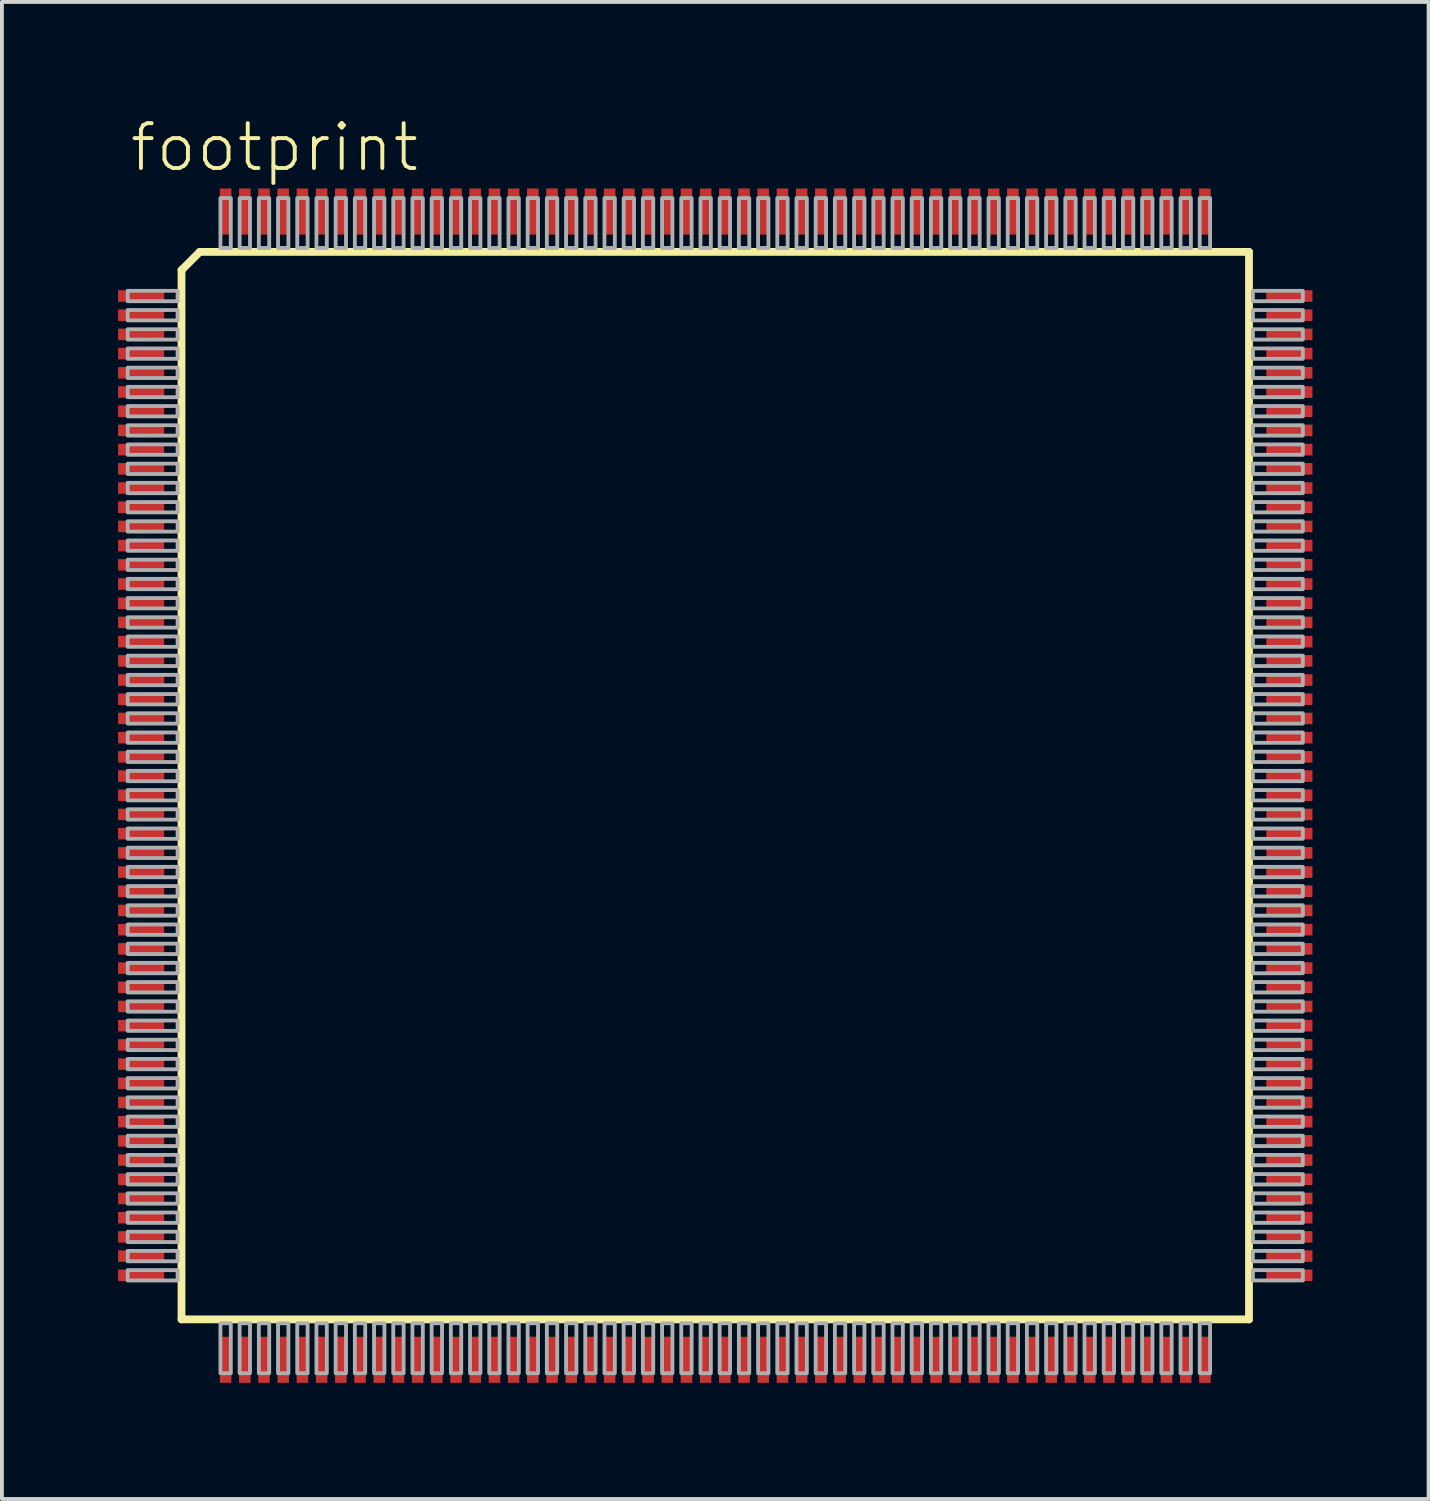
<source format=kicad_pcb>
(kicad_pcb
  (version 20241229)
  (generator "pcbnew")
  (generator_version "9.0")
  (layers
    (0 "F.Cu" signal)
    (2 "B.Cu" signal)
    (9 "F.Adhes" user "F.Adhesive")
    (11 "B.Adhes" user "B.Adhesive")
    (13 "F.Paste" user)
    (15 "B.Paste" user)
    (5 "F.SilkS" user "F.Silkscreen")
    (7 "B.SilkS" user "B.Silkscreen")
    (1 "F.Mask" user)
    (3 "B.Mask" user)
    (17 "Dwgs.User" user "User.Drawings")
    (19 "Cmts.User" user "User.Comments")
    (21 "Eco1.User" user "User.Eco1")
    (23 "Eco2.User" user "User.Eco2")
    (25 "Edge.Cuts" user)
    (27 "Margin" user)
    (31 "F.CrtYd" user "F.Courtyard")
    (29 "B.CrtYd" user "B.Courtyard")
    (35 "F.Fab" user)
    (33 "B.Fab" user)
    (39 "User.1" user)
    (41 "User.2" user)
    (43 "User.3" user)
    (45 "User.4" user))
  (footprint "footprint"
    (layer "F.Cu")
    (at 15.575 17.408)
    (property "Reference" "footprint" (at -15.3 -15.935 0) (layer "F.SilkS") (effects (font (size 1.168 1.168) (thickness 0.102)) (justify left bottom)))
    (fp_poly (pts (xy -15.575 -12.575) (xy -14.325 -12.575) (xy -14.325 -12.925) (xy -15.575 -12.925)) (stroke (width 0) (type solid)) (fill yes) (layer "F.Mask"))
    (fp_poly (pts (xy -15.575 -12.075) (xy -14.325 -12.075) (xy -14.325 -12.425) (xy -15.575 -12.425)) (stroke (width 0) (type solid)) (fill yes) (layer "F.Mask"))
    (fp_poly (pts (xy -15.575 -11.575) (xy -14.325 -11.575) (xy -14.325 -11.925) (xy -15.575 -11.925)) (stroke (width 0) (type solid)) (fill yes) (layer "F.Mask"))
    (fp_poly (pts (xy -15.575 -11.075) (xy -14.325 -11.075) (xy -14.325 -11.425) (xy -15.575 -11.425)) (stroke (width 0) (type solid)) (fill yes) (layer "F.Mask"))
    (fp_poly (pts (xy -15.575 -10.575) (xy -14.325 -10.575) (xy -14.325 -10.925) (xy -15.575 -10.925)) (stroke (width 0) (type solid)) (fill yes) (layer "F.Mask"))
    (fp_poly (pts (xy -15.575 -10.075) (xy -14.325 -10.075) (xy -14.325 -10.425) (xy -15.575 -10.425)) (stroke (width 0) (type solid)) (fill yes) (layer "F.Mask"))
    (fp_poly (pts (xy -15.575 -9.575) (xy -14.325 -9.575) (xy -14.325 -9.925) (xy -15.575 -9.925)) (stroke (width 0) (type solid)) (fill yes) (layer "F.Mask"))
    (fp_poly (pts (xy -15.575 -9.075) (xy -14.325 -9.075) (xy -14.325 -9.425) (xy -15.575 -9.425)) (stroke (width 0) (type solid)) (fill yes) (layer "F.Mask"))
    (fp_poly (pts (xy -15.575 -8.575) (xy -14.325 -8.575) (xy -14.325 -8.925) (xy -15.575 -8.925)) (stroke (width 0) (type solid)) (fill yes) (layer "F.Mask"))
    (fp_poly (pts (xy -15.575 -8.075) (xy -14.325 -8.075) (xy -14.325 -8.425) (xy -15.575 -8.425)) (stroke (width 0) (type solid)) (fill yes) (layer "F.Mask"))
    (fp_poly (pts (xy -15.575 -7.575) (xy -14.325 -7.575) (xy -14.325 -7.925) (xy -15.575 -7.925)) (stroke (width 0) (type solid)) (fill yes) (layer "F.Mask"))
    (fp_poly (pts (xy -15.575 -7.075) (xy -14.325 -7.075) (xy -14.325 -7.425) (xy -15.575 -7.425)) (stroke (width 0) (type solid)) (fill yes) (layer "F.Mask"))
    (fp_poly (pts (xy -15.575 -6.575) (xy -14.325 -6.575) (xy -14.325 -6.925) (xy -15.575 -6.925)) (stroke (width 0) (type solid)) (fill yes) (layer "F.Mask"))
    (fp_poly (pts (xy -15.575 -6.075) (xy -14.325 -6.075) (xy -14.325 -6.425) (xy -15.575 -6.425)) (stroke (width 0) (type solid)) (fill yes) (layer "F.Mask"))
    (fp_poly (pts (xy -15.575 -5.575) (xy -14.325 -5.575) (xy -14.325 -5.925) (xy -15.575 -5.925)) (stroke (width 0) (type solid)) (fill yes) (layer "F.Mask"))
    (fp_poly (pts (xy -15.575 -5.075) (xy -14.325 -5.075) (xy -14.325 -5.425) (xy -15.575 -5.425)) (stroke (width 0) (type solid)) (fill yes) (layer "F.Mask"))
    (fp_poly (pts (xy -15.575 -4.575) (xy -14.325 -4.575) (xy -14.325 -4.925) (xy -15.575 -4.925)) (stroke (width 0) (type solid)) (fill yes) (layer "F.Mask"))
    (fp_poly (pts (xy -15.575 -4.075) (xy -14.325 -4.075) (xy -14.325 -4.425) (xy -15.575 -4.425)) (stroke (width 0) (type solid)) (fill yes) (layer "F.Mask"))
    (fp_poly (pts (xy -15.575 -3.575) (xy -14.325 -3.575) (xy -14.325 -3.925) (xy -15.575 -3.925)) (stroke (width 0) (type solid)) (fill yes) (layer "F.Mask"))
    (fp_poly (pts (xy -15.575 -3.075) (xy -14.325 -3.075) (xy -14.325 -3.425) (xy -15.575 -3.425)) (stroke (width 0) (type solid)) (fill yes) (layer "F.Mask"))
    (fp_poly (pts (xy -15.575 -2.575) (xy -14.325 -2.575) (xy -14.325 -2.925) (xy -15.575 -2.925)) (stroke (width 0) (type solid)) (fill yes) (layer "F.Mask"))
    (fp_poly (pts (xy -15.575 -2.075) (xy -14.325 -2.075) (xy -14.325 -2.425) (xy -15.575 -2.425)) (stroke (width 0) (type solid)) (fill yes) (layer "F.Mask"))
    (fp_poly (pts (xy -15.575 -1.575) (xy -14.325 -1.575) (xy -14.325 -1.925) (xy -15.575 -1.925)) (stroke (width 0) (type solid)) (fill yes) (layer "F.Mask"))
    (fp_poly (pts (xy -15.575 -1.075) (xy -14.325 -1.075) (xy -14.325 -1.425) (xy -15.575 -1.425)) (stroke (width 0) (type solid)) (fill yes) (layer "F.Mask"))
    (fp_poly (pts (xy -15.575 -0.575) (xy -14.325 -0.575) (xy -14.325 -0.925) (xy -15.575 -0.925)) (stroke (width 0) (type solid)) (fill yes) (layer "F.Mask"))
    (fp_poly (pts (xy -15.575 -0.075) (xy -14.325 -0.075) (xy -14.325 -0.425) (xy -15.575 -0.425)) (stroke (width 0) (type solid)) (fill yes) (layer "F.Mask"))
    (fp_poly (pts (xy -15.575 0.425) (xy -14.325 0.425) (xy -14.325 0.075) (xy -15.575 0.075)) (stroke (width 0) (type solid)) (fill yes) (layer "F.Mask"))
    (fp_poly (pts (xy -15.575 0.925) (xy -14.325 0.925) (xy -14.325 0.575) (xy -15.575 0.575)) (stroke (width 0) (type solid)) (fill yes) (layer "F.Mask"))
    (fp_poly (pts (xy -15.575 1.425) (xy -14.325 1.425) (xy -14.325 1.075) (xy -15.575 1.075)) (stroke (width 0) (type solid)) (fill yes) (layer "F.Mask"))
    (fp_poly (pts (xy -15.575 1.925) (xy -14.325 1.925) (xy -14.325 1.575) (xy -15.575 1.575)) (stroke (width 0) (type solid)) (fill yes) (layer "F.Mask"))
    (fp_poly (pts (xy -15.575 2.425) (xy -14.325 2.425) (xy -14.325 2.075) (xy -15.575 2.075)) (stroke (width 0) (type solid)) (fill yes) (layer "F.Mask"))
    (fp_poly (pts (xy -15.575 2.925) (xy -14.325 2.925) (xy -14.325 2.575) (xy -15.575 2.575)) (stroke (width 0) (type solid)) (fill yes) (layer "F.Mask"))
    (fp_poly (pts (xy -15.575 3.425) (xy -14.325 3.425) (xy -14.325 3.075) (xy -15.575 3.075)) (stroke (width 0) (type solid)) (fill yes) (layer "F.Mask"))
    (fp_poly (pts (xy -15.575 3.925) (xy -14.325 3.925) (xy -14.325 3.575) (xy -15.575 3.575)) (stroke (width 0) (type solid)) (fill yes) (layer "F.Mask"))
    (fp_poly (pts (xy -15.575 4.425) (xy -14.325 4.425) (xy -14.325 4.075) (xy -15.575 4.075)) (stroke (width 0) (type solid)) (fill yes) (layer "F.Mask"))
    (fp_poly (pts (xy -15.575 4.925) (xy -14.325 4.925) (xy -14.325 4.575) (xy -15.575 4.575)) (stroke (width 0) (type solid)) (fill yes) (layer "F.Mask"))
    (fp_poly (pts (xy -15.575 5.425) (xy -14.325 5.425) (xy -14.325 5.075) (xy -15.575 5.075)) (stroke (width 0) (type solid)) (fill yes) (layer "F.Mask"))
    (fp_poly (pts (xy -15.575 5.925) (xy -14.325 5.925) (xy -14.325 5.575) (xy -15.575 5.575)) (stroke (width 0) (type solid)) (fill yes) (layer "F.Mask"))
    (fp_poly (pts (xy -15.575 6.425) (xy -14.325 6.425) (xy -14.325 6.075) (xy -15.575 6.075)) (stroke (width 0) (type solid)) (fill yes) (layer "F.Mask"))
    (fp_poly (pts (xy -15.575 6.925) (xy -14.325 6.925) (xy -14.325 6.575) (xy -15.575 6.575)) (stroke (width 0) (type solid)) (fill yes) (layer "F.Mask"))
    (fp_poly (pts (xy -15.575 7.425) (xy -14.325 7.425) (xy -14.325 7.075) (xy -15.575 7.075)) (stroke (width 0) (type solid)) (fill yes) (layer "F.Mask"))
    (fp_poly (pts (xy -15.575 7.925) (xy -14.325 7.925) (xy -14.325 7.575) (xy -15.575 7.575)) (stroke (width 0) (type solid)) (fill yes) (layer "F.Mask"))
    (fp_poly (pts (xy -15.575 8.425) (xy -14.325 8.425) (xy -14.325 8.075) (xy -15.575 8.075)) (stroke (width 0) (type solid)) (fill yes) (layer "F.Mask"))
    (fp_poly (pts (xy -15.575 8.925) (xy -14.325 8.925) (xy -14.325 8.575) (xy -15.575 8.575)) (stroke (width 0) (type solid)) (fill yes) (layer "F.Mask"))
    (fp_poly (pts (xy -15.575 9.425) (xy -14.325 9.425) (xy -14.325 9.075) (xy -15.575 9.075)) (stroke (width 0) (type solid)) (fill yes) (layer "F.Mask"))
    (fp_poly (pts (xy -15.575 9.925) (xy -14.325 9.925) (xy -14.325 9.575) (xy -15.575 9.575)) (stroke (width 0) (type solid)) (fill yes) (layer "F.Mask"))
    (fp_poly (pts (xy -15.575 10.425) (xy -14.325 10.425) (xy -14.325 10.075) (xy -15.575 10.075)) (stroke (width 0) (type solid)) (fill yes) (layer "F.Mask"))
    (fp_poly (pts (xy -15.575 10.925) (xy -14.325 10.925) (xy -14.325 10.575) (xy -15.575 10.575)) (stroke (width 0) (type solid)) (fill yes) (layer "F.Mask"))
    (fp_poly (pts (xy -15.575 11.425) (xy -14.325 11.425) (xy -14.325 11.075) (xy -15.575 11.075)) (stroke (width 0) (type solid)) (fill yes) (layer "F.Mask"))
    (fp_poly (pts (xy -15.575 11.925) (xy -14.325 11.925) (xy -14.325 11.575) (xy -15.575 11.575)) (stroke (width 0) (type solid)) (fill yes) (layer "F.Mask"))
    (fp_poly (pts (xy -15.575 12.425) (xy -14.325 12.425) (xy -14.325 12.075) (xy -15.575 12.075)) (stroke (width 0) (type solid)) (fill yes) (layer "F.Mask"))
    (fp_poly (pts (xy -15.575 12.925) (xy -14.325 12.925) (xy -14.325 12.575) (xy -15.575 12.575)) (stroke (width 0) (type solid)) (fill yes) (layer "F.Mask"))
    (fp_poly (pts (xy -12.925 -15.575) (xy -12.925 -14.325) (xy -12.575 -14.325) (xy -12.575 -15.575)) (stroke (width 0) (type solid)) (fill yes) (layer "F.Mask"))
    (fp_poly (pts (xy -12.575 15.575) (xy -12.575 14.325) (xy -12.925 14.325) (xy -12.925 15.575)) (stroke (width 0) (type solid)) (fill yes) (layer "F.Mask"))
    (fp_poly (pts (xy -12.425 -15.575) (xy -12.425 -14.325) (xy -12.075 -14.325) (xy -12.075 -15.575)) (stroke (width 0) (type solid)) (fill yes) (layer "F.Mask"))
    (fp_poly (pts (xy -12.075 15.575) (xy -12.075 14.325) (xy -12.425 14.325) (xy -12.425 15.575)) (stroke (width 0) (type solid)) (fill yes) (layer "F.Mask"))
    (fp_poly (pts (xy -11.925 -15.575) (xy -11.925 -14.325) (xy -11.575 -14.325) (xy -11.575 -15.575)) (stroke (width 0) (type solid)) (fill yes) (layer "F.Mask"))
    (fp_poly (pts (xy -11.575 15.575) (xy -11.575 14.325) (xy -11.925 14.325) (xy -11.925 15.575)) (stroke (width 0) (type solid)) (fill yes) (layer "F.Mask"))
    (fp_poly (pts (xy -11.425 -15.575) (xy -11.425 -14.325) (xy -11.075 -14.325) (xy -11.075 -15.575)) (stroke (width 0) (type solid)) (fill yes) (layer "F.Mask"))
    (fp_poly (pts (xy -11.075 15.575) (xy -11.075 14.325) (xy -11.425 14.325) (xy -11.425 15.575)) (stroke (width 0) (type solid)) (fill yes) (layer "F.Mask"))
    (fp_poly (pts (xy -10.925 -15.575) (xy -10.925 -14.325) (xy -10.575 -14.325) (xy -10.575 -15.575)) (stroke (width 0) (type solid)) (fill yes) (layer "F.Mask"))
    (fp_poly (pts (xy -10.575 15.575) (xy -10.575 14.325) (xy -10.925 14.325) (xy -10.925 15.575)) (stroke (width 0) (type solid)) (fill yes) (layer "F.Mask"))
    (fp_poly (pts (xy -10.425 -15.575) (xy -10.425 -14.325) (xy -10.075 -14.325) (xy -10.075 -15.575)) (stroke (width 0) (type solid)) (fill yes) (layer "F.Mask"))
    (fp_poly (pts (xy -10.075 15.575) (xy -10.075 14.325) (xy -10.425 14.325) (xy -10.425 15.575)) (stroke (width 0) (type solid)) (fill yes) (layer "F.Mask"))
    (fp_poly (pts (xy -9.925 -15.575) (xy -9.925 -14.325) (xy -9.575 -14.325) (xy -9.575 -15.575)) (stroke (width 0) (type solid)) (fill yes) (layer "F.Mask"))
    (fp_poly (pts (xy -9.575 15.575) (xy -9.575 14.325) (xy -9.925 14.325) (xy -9.925 15.575)) (stroke (width 0) (type solid)) (fill yes) (layer "F.Mask"))
    (fp_poly (pts (xy -9.425 -15.575) (xy -9.425 -14.325) (xy -9.075 -14.325) (xy -9.075 -15.575)) (stroke (width 0) (type solid)) (fill yes) (layer "F.Mask"))
    (fp_poly (pts (xy -9.075 15.575) (xy -9.075 14.325) (xy -9.425 14.325) (xy -9.425 15.575)) (stroke (width 0) (type solid)) (fill yes) (layer "F.Mask"))
    (fp_poly (pts (xy -8.925 -15.575) (xy -8.925 -14.325) (xy -8.575 -14.325) (xy -8.575 -15.575)) (stroke (width 0) (type solid)) (fill yes) (layer "F.Mask"))
    (fp_poly (pts (xy -8.575 15.575) (xy -8.575 14.325) (xy -8.925 14.325) (xy -8.925 15.575)) (stroke (width 0) (type solid)) (fill yes) (layer "F.Mask"))
    (fp_poly (pts (xy -8.425 -15.575) (xy -8.425 -14.325) (xy -8.075 -14.325) (xy -8.075 -15.575)) (stroke (width 0) (type solid)) (fill yes) (layer "F.Mask"))
    (fp_poly (pts (xy -8.075 15.575) (xy -8.075 14.325) (xy -8.425 14.325) (xy -8.425 15.575)) (stroke (width 0) (type solid)) (fill yes) (layer "F.Mask"))
    (fp_poly (pts (xy -7.925 -15.575) (xy -7.925 -14.325) (xy -7.575 -14.325) (xy -7.575 -15.575)) (stroke (width 0) (type solid)) (fill yes) (layer "F.Mask"))
    (fp_poly (pts (xy -7.575 15.575) (xy -7.575 14.325) (xy -7.925 14.325) (xy -7.925 15.575)) (stroke (width 0) (type solid)) (fill yes) (layer "F.Mask"))
    (fp_poly (pts (xy -7.425 -15.575) (xy -7.425 -14.325) (xy -7.075 -14.325) (xy -7.075 -15.575)) (stroke (width 0) (type solid)) (fill yes) (layer "F.Mask"))
    (fp_poly (pts (xy -7.075 15.575) (xy -7.075 14.325) (xy -7.425 14.325) (xy -7.425 15.575)) (stroke (width 0) (type solid)) (fill yes) (layer "F.Mask"))
    (fp_poly (pts (xy -6.925 -15.575) (xy -6.925 -14.325) (xy -6.575 -14.325) (xy -6.575 -15.575)) (stroke (width 0) (type solid)) (fill yes) (layer "F.Mask"))
    (fp_poly (pts (xy -6.575 15.575) (xy -6.575 14.325) (xy -6.925 14.325) (xy -6.925 15.575)) (stroke (width 0) (type solid)) (fill yes) (layer "F.Mask"))
    (fp_poly (pts (xy -6.425 -15.575) (xy -6.425 -14.325) (xy -6.075 -14.325) (xy -6.075 -15.575)) (stroke (width 0) (type solid)) (fill yes) (layer "F.Mask"))
    (fp_poly (pts (xy -6.075 15.575) (xy -6.075 14.325) (xy -6.425 14.325) (xy -6.425 15.575)) (stroke (width 0) (type solid)) (fill yes) (layer "F.Mask"))
    (fp_poly (pts (xy -5.925 -15.575) (xy -5.925 -14.325) (xy -5.575 -14.325) (xy -5.575 -15.575)) (stroke (width 0) (type solid)) (fill yes) (layer "F.Mask"))
    (fp_poly (pts (xy -5.575 15.575) (xy -5.575 14.325) (xy -5.925 14.325) (xy -5.925 15.575)) (stroke (width 0) (type solid)) (fill yes) (layer "F.Mask"))
    (fp_poly (pts (xy -5.425 -15.575) (xy -5.425 -14.325) (xy -5.075 -14.325) (xy -5.075 -15.575)) (stroke (width 0) (type solid)) (fill yes) (layer "F.Mask"))
    (fp_poly (pts (xy -5.075 15.575) (xy -5.075 14.325) (xy -5.425 14.325) (xy -5.425 15.575)) (stroke (width 0) (type solid)) (fill yes) (layer "F.Mask"))
    (fp_poly (pts (xy -4.925 -15.575) (xy -4.925 -14.325) (xy -4.575 -14.325) (xy -4.575 -15.575)) (stroke (width 0) (type solid)) (fill yes) (layer "F.Mask"))
    (fp_poly (pts (xy -4.575 15.575) (xy -4.575 14.325) (xy -4.925 14.325) (xy -4.925 15.575)) (stroke (width 0) (type solid)) (fill yes) (layer "F.Mask"))
    (fp_poly (pts (xy -4.425 -15.575) (xy -4.425 -14.325) (xy -4.075 -14.325) (xy -4.075 -15.575)) (stroke (width 0) (type solid)) (fill yes) (layer "F.Mask"))
    (fp_poly (pts (xy -4.075 15.575) (xy -4.075 14.325) (xy -4.425 14.325) (xy -4.425 15.575)) (stroke (width 0) (type solid)) (fill yes) (layer "F.Mask"))
    (fp_poly (pts (xy -3.925 -15.575) (xy -3.925 -14.325) (xy -3.575 -14.325) (xy -3.575 -15.575)) (stroke (width 0) (type solid)) (fill yes) (layer "F.Mask"))
    (fp_poly (pts (xy -3.575 15.575) (xy -3.575 14.325) (xy -3.925 14.325) (xy -3.925 15.575)) (stroke (width 0) (type solid)) (fill yes) (layer "F.Mask"))
    (fp_poly (pts (xy -3.425 -15.575) (xy -3.425 -14.325) (xy -3.075 -14.325) (xy -3.075 -15.575)) (stroke (width 0) (type solid)) (fill yes) (layer "F.Mask"))
    (fp_poly (pts (xy -3.075 15.575) (xy -3.075 14.325) (xy -3.425 14.325) (xy -3.425 15.575)) (stroke (width 0) (type solid)) (fill yes) (layer "F.Mask"))
    (fp_poly (pts (xy -2.925 -15.575) (xy -2.925 -14.325) (xy -2.575 -14.325) (xy -2.575 -15.575)) (stroke (width 0) (type solid)) (fill yes) (layer "F.Mask"))
    (fp_poly (pts (xy -2.575 15.575) (xy -2.575 14.325) (xy -2.925 14.325) (xy -2.925 15.575)) (stroke (width 0) (type solid)) (fill yes) (layer "F.Mask"))
    (fp_poly (pts (xy -2.425 -15.575) (xy -2.425 -14.325) (xy -2.075 -14.325) (xy -2.075 -15.575)) (stroke (width 0) (type solid)) (fill yes) (layer "F.Mask"))
    (fp_poly (pts (xy -2.075 15.575) (xy -2.075 14.325) (xy -2.425 14.325) (xy -2.425 15.575)) (stroke (width 0) (type solid)) (fill yes) (layer "F.Mask"))
    (fp_poly (pts (xy -1.925 -15.575) (xy -1.925 -14.325) (xy -1.575 -14.325) (xy -1.575 -15.575)) (stroke (width 0) (type solid)) (fill yes) (layer "F.Mask"))
    (fp_poly (pts (xy -1.575 15.575) (xy -1.575 14.325) (xy -1.925 14.325) (xy -1.925 15.575)) (stroke (width 0) (type solid)) (fill yes) (layer "F.Mask"))
    (fp_poly (pts (xy -1.425 -15.575) (xy -1.425 -14.325) (xy -1.075 -14.325) (xy -1.075 -15.575)) (stroke (width 0) (type solid)) (fill yes) (layer "F.Mask"))
    (fp_poly (pts (xy -1.075 15.575) (xy -1.075 14.325) (xy -1.425 14.325) (xy -1.425 15.575)) (stroke (width 0) (type solid)) (fill yes) (layer "F.Mask"))
    (fp_poly (pts (xy -0.925 -15.575) (xy -0.925 -14.325) (xy -0.575 -14.325) (xy -0.575 -15.575)) (stroke (width 0) (type solid)) (fill yes) (layer "F.Mask"))
    (fp_poly (pts (xy -0.575 15.575) (xy -0.575 14.325) (xy -0.925 14.325) (xy -0.925 15.575)) (stroke (width 0) (type solid)) (fill yes) (layer "F.Mask"))
    (fp_poly (pts (xy -0.425 -15.575) (xy -0.425 -14.325) (xy -0.075 -14.325) (xy -0.075 -15.575)) (stroke (width 0) (type solid)) (fill yes) (layer "F.Mask"))
    (fp_poly (pts (xy -0.075 15.575) (xy -0.075 14.325) (xy -0.425 14.325) (xy -0.425 15.575)) (stroke (width 0) (type solid)) (fill yes) (layer "F.Mask"))
    (fp_poly (pts (xy 0.075 -15.575) (xy 0.075 -14.325) (xy 0.425 -14.325) (xy 0.425 -15.575)) (stroke (width 0) (type solid)) (fill yes) (layer "F.Mask"))
    (fp_poly (pts (xy 0.425 15.575) (xy 0.425 14.325) (xy 0.075 14.325) (xy 0.075 15.575)) (stroke (width 0) (type solid)) (fill yes) (layer "F.Mask"))
    (fp_poly (pts (xy 0.575 -15.575) (xy 0.575 -14.325) (xy 0.925 -14.325) (xy 0.925 -15.575)) (stroke (width 0) (type solid)) (fill yes) (layer "F.Mask"))
    (fp_poly (pts (xy 0.925 15.575) (xy 0.925 14.325) (xy 0.575 14.325) (xy 0.575 15.575)) (stroke (width 0) (type solid)) (fill yes) (layer "F.Mask"))
    (fp_poly (pts (xy 1.075 -15.575) (xy 1.075 -14.325) (xy 1.425 -14.325) (xy 1.425 -15.575)) (stroke (width 0) (type solid)) (fill yes) (layer "F.Mask"))
    (fp_poly (pts (xy 1.425 15.575) (xy 1.425 14.325) (xy 1.075 14.325) (xy 1.075 15.575)) (stroke (width 0) (type solid)) (fill yes) (layer "F.Mask"))
    (fp_poly (pts (xy 1.575 -15.575) (xy 1.575 -14.325) (xy 1.925 -14.325) (xy 1.925 -15.575)) (stroke (width 0) (type solid)) (fill yes) (layer "F.Mask"))
    (fp_poly (pts (xy 1.925 15.575) (xy 1.925 14.325) (xy 1.575 14.325) (xy 1.575 15.575)) (stroke (width 0) (type solid)) (fill yes) (layer "F.Mask"))
    (fp_poly (pts (xy 2.075 -15.575) (xy 2.075 -14.325) (xy 2.425 -14.325) (xy 2.425 -15.575)) (stroke (width 0) (type solid)) (fill yes) (layer "F.Mask"))
    (fp_poly (pts (xy 2.425 15.575) (xy 2.425 14.325) (xy 2.075 14.325) (xy 2.075 15.575)) (stroke (width 0) (type solid)) (fill yes) (layer "F.Mask"))
    (fp_poly (pts (xy 2.575 -15.575) (xy 2.575 -14.325) (xy 2.925 -14.325) (xy 2.925 -15.575)) (stroke (width 0) (type solid)) (fill yes) (layer "F.Mask"))
    (fp_poly (pts (xy 2.925 15.575) (xy 2.925 14.325) (xy 2.575 14.325) (xy 2.575 15.575)) (stroke (width 0) (type solid)) (fill yes) (layer "F.Mask"))
    (fp_poly (pts (xy 3.075 -15.575) (xy 3.075 -14.325) (xy 3.425 -14.325) (xy 3.425 -15.575)) (stroke (width 0) (type solid)) (fill yes) (layer "F.Mask"))
    (fp_poly (pts (xy 3.425 15.575) (xy 3.425 14.325) (xy 3.075 14.325) (xy 3.075 15.575)) (stroke (width 0) (type solid)) (fill yes) (layer "F.Mask"))
    (fp_poly (pts (xy 3.575 -15.575) (xy 3.575 -14.325) (xy 3.925 -14.325) (xy 3.925 -15.575)) (stroke (width 0) (type solid)) (fill yes) (layer "F.Mask"))
    (fp_poly (pts (xy 3.925 15.575) (xy 3.925 14.325) (xy 3.575 14.325) (xy 3.575 15.575)) (stroke (width 0) (type solid)) (fill yes) (layer "F.Mask"))
    (fp_poly (pts (xy 4.075 -15.575) (xy 4.075 -14.325) (xy 4.425 -14.325) (xy 4.425 -15.575)) (stroke (width 0) (type solid)) (fill yes) (layer "F.Mask"))
    (fp_poly (pts (xy 4.425 15.575) (xy 4.425 14.325) (xy 4.075 14.325) (xy 4.075 15.575)) (stroke (width 0) (type solid)) (fill yes) (layer "F.Mask"))
    (fp_poly (pts (xy 4.575 -15.575) (xy 4.575 -14.325) (xy 4.925 -14.325) (xy 4.925 -15.575)) (stroke (width 0) (type solid)) (fill yes) (layer "F.Mask"))
    (fp_poly (pts (xy 4.925 15.575) (xy 4.925 14.325) (xy 4.575 14.325) (xy 4.575 15.575)) (stroke (width 0) (type solid)) (fill yes) (layer "F.Mask"))
    (fp_poly (pts (xy 5.075 -15.575) (xy 5.075 -14.325) (xy 5.425 -14.325) (xy 5.425 -15.575)) (stroke (width 0) (type solid)) (fill yes) (layer "F.Mask"))
    (fp_poly (pts (xy 5.425 15.575) (xy 5.425 14.325) (xy 5.075 14.325) (xy 5.075 15.575)) (stroke (width 0) (type solid)) (fill yes) (layer "F.Mask"))
    (fp_poly (pts (xy 5.575 -15.575) (xy 5.575 -14.325) (xy 5.925 -14.325) (xy 5.925 -15.575)) (stroke (width 0) (type solid)) (fill yes) (layer "F.Mask"))
    (fp_poly (pts (xy 5.925 15.575) (xy 5.925 14.325) (xy 5.575 14.325) (xy 5.575 15.575)) (stroke (width 0) (type solid)) (fill yes) (layer "F.Mask"))
    (fp_poly (pts (xy 6.075 -15.575) (xy 6.075 -14.325) (xy 6.425 -14.325) (xy 6.425 -15.575)) (stroke (width 0) (type solid)) (fill yes) (layer "F.Mask"))
    (fp_poly (pts (xy 6.425 15.575) (xy 6.425 14.325) (xy 6.075 14.325) (xy 6.075 15.575)) (stroke (width 0) (type solid)) (fill yes) (layer "F.Mask"))
    (fp_poly (pts (xy 6.575 -15.575) (xy 6.575 -14.325) (xy 6.925 -14.325) (xy 6.925 -15.575)) (stroke (width 0) (type solid)) (fill yes) (layer "F.Mask"))
    (fp_poly (pts (xy 6.925 15.575) (xy 6.925 14.325) (xy 6.575 14.325) (xy 6.575 15.575)) (stroke (width 0) (type solid)) (fill yes) (layer "F.Mask"))
    (fp_poly (pts (xy 7.075 -15.575) (xy 7.075 -14.325) (xy 7.425 -14.325) (xy 7.425 -15.575)) (stroke (width 0) (type solid)) (fill yes) (layer "F.Mask"))
    (fp_poly (pts (xy 7.425 15.575) (xy 7.425 14.325) (xy 7.075 14.325) (xy 7.075 15.575)) (stroke (width 0) (type solid)) (fill yes) (layer "F.Mask"))
    (fp_poly (pts (xy 7.575 -15.575) (xy 7.575 -14.325) (xy 7.925 -14.325) (xy 7.925 -15.575)) (stroke (width 0) (type solid)) (fill yes) (layer "F.Mask"))
    (fp_poly (pts (xy 7.925 15.575) (xy 7.925 14.325) (xy 7.575 14.325) (xy 7.575 15.575)) (stroke (width 0) (type solid)) (fill yes) (layer "F.Mask"))
    (fp_poly (pts (xy 8.075 -15.575) (xy 8.075 -14.325) (xy 8.425 -14.325) (xy 8.425 -15.575)) (stroke (width 0) (type solid)) (fill yes) (layer "F.Mask"))
    (fp_poly (pts (xy 8.425 15.575) (xy 8.425 14.325) (xy 8.075 14.325) (xy 8.075 15.575)) (stroke (width 0) (type solid)) (fill yes) (layer "F.Mask"))
    (fp_poly (pts (xy 8.575 -15.575) (xy 8.575 -14.325) (xy 8.925 -14.325) (xy 8.925 -15.575)) (stroke (width 0) (type solid)) (fill yes) (layer "F.Mask"))
    (fp_poly (pts (xy 8.925 15.575) (xy 8.925 14.325) (xy 8.575 14.325) (xy 8.575 15.575)) (stroke (width 0) (type solid)) (fill yes) (layer "F.Mask"))
    (fp_poly (pts (xy 9.075 -15.575) (xy 9.075 -14.325) (xy 9.425 -14.325) (xy 9.425 -15.575)) (stroke (width 0) (type solid)) (fill yes) (layer "F.Mask"))
    (fp_poly (pts (xy 9.425 15.575) (xy 9.425 14.325) (xy 9.075 14.325) (xy 9.075 15.575)) (stroke (width 0) (type solid)) (fill yes) (layer "F.Mask"))
    (fp_poly (pts (xy 9.575 -15.575) (xy 9.575 -14.325) (xy 9.925 -14.325) (xy 9.925 -15.575)) (stroke (width 0) (type solid)) (fill yes) (layer "F.Mask"))
    (fp_poly (pts (xy 9.925 15.575) (xy 9.925 14.325) (xy 9.575 14.325) (xy 9.575 15.575)) (stroke (width 0) (type solid)) (fill yes) (layer "F.Mask"))
    (fp_poly (pts (xy 10.075 -15.575) (xy 10.075 -14.325) (xy 10.425 -14.325) (xy 10.425 -15.575)) (stroke (width 0) (type solid)) (fill yes) (layer "F.Mask"))
    (fp_poly (pts (xy 10.425 15.575) (xy 10.425 14.325) (xy 10.075 14.325) (xy 10.075 15.575)) (stroke (width 0) (type solid)) (fill yes) (layer "F.Mask"))
    (fp_poly (pts (xy 10.575 -15.575) (xy 10.575 -14.325) (xy 10.925 -14.325) (xy 10.925 -15.575)) (stroke (width 0) (type solid)) (fill yes) (layer "F.Mask"))
    (fp_poly (pts (xy 10.925 15.575) (xy 10.925 14.325) (xy 10.575 14.325) (xy 10.575 15.575)) (stroke (width 0) (type solid)) (fill yes) (layer "F.Mask"))
    (fp_poly (pts (xy 11.075 -15.575) (xy 11.075 -14.325) (xy 11.425 -14.325) (xy 11.425 -15.575)) (stroke (width 0) (type solid)) (fill yes) (layer "F.Mask"))
    (fp_poly (pts (xy 11.425 15.575) (xy 11.425 14.325) (xy 11.075 14.325) (xy 11.075 15.575)) (stroke (width 0) (type solid)) (fill yes) (layer "F.Mask"))
    (fp_poly (pts (xy 11.575 -15.575) (xy 11.575 -14.325) (xy 11.925 -14.325) (xy 11.925 -15.575)) (stroke (width 0) (type solid)) (fill yes) (layer "F.Mask"))
    (fp_poly (pts (xy 11.925 15.575) (xy 11.925 14.325) (xy 11.575 14.325) (xy 11.575 15.575)) (stroke (width 0) (type solid)) (fill yes) (layer "F.Mask"))
    (fp_poly (pts (xy 12.075 -15.575) (xy 12.075 -14.325) (xy 12.425 -14.325) (xy 12.425 -15.575)) (stroke (width 0) (type solid)) (fill yes) (layer "F.Mask"))
    (fp_poly (pts (xy 12.425 15.575) (xy 12.425 14.325) (xy 12.075 14.325) (xy 12.075 15.575)) (stroke (width 0) (type solid)) (fill yes) (layer "F.Mask"))
    (fp_poly (pts (xy 12.575 -15.575) (xy 12.575 -14.325) (xy 12.925 -14.325) (xy 12.925 -15.575)) (stroke (width 0) (type solid)) (fill yes) (layer "F.Mask"))
    (fp_poly (pts (xy 12.925 15.575) (xy 12.925 14.325) (xy 12.575 14.325) (xy 12.575 15.575)) (stroke (width 0) (type solid)) (fill yes) (layer "F.Mask"))
    (fp_poly (pts (xy 15.575 -12.925) (xy 14.325 -12.925) (xy 14.325 -12.575) (xy 15.575 -12.575)) (stroke (width 0) (type solid)) (fill yes) (layer "F.Mask"))
    (fp_poly (pts (xy 15.575 -12.425) (xy 14.325 -12.425) (xy 14.325 -12.075) (xy 15.575 -12.075)) (stroke (width 0) (type solid)) (fill yes) (layer "F.Mask"))
    (fp_poly (pts (xy 15.575 -11.925) (xy 14.325 -11.925) (xy 14.325 -11.575) (xy 15.575 -11.575)) (stroke (width 0) (type solid)) (fill yes) (layer "F.Mask"))
    (fp_poly (pts (xy 15.575 -11.425) (xy 14.325 -11.425) (xy 14.325 -11.075) (xy 15.575 -11.075)) (stroke (width 0) (type solid)) (fill yes) (layer "F.Mask"))
    (fp_poly (pts (xy 15.575 -10.925) (xy 14.325 -10.925) (xy 14.325 -10.575) (xy 15.575 -10.575)) (stroke (width 0) (type solid)) (fill yes) (layer "F.Mask"))
    (fp_poly (pts (xy 15.575 -10.425) (xy 14.325 -10.425) (xy 14.325 -10.075) (xy 15.575 -10.075)) (stroke (width 0) (type solid)) (fill yes) (layer "F.Mask"))
    (fp_poly (pts (xy 15.575 -9.925) (xy 14.325 -9.925) (xy 14.325 -9.575) (xy 15.575 -9.575)) (stroke (width 0) (type solid)) (fill yes) (layer "F.Mask"))
    (fp_poly (pts (xy 15.575 -9.425) (xy 14.325 -9.425) (xy 14.325 -9.075) (xy 15.575 -9.075)) (stroke (width 0) (type solid)) (fill yes) (layer "F.Mask"))
    (fp_poly (pts (xy 15.575 -8.925) (xy 14.325 -8.925) (xy 14.325 -8.575) (xy 15.575 -8.575)) (stroke (width 0) (type solid)) (fill yes) (layer "F.Mask"))
    (fp_poly (pts (xy 15.575 -8.425) (xy 14.325 -8.425) (xy 14.325 -8.075) (xy 15.575 -8.075)) (stroke (width 0) (type solid)) (fill yes) (layer "F.Mask"))
    (fp_poly (pts (xy 15.575 -7.925) (xy 14.325 -7.925) (xy 14.325 -7.575) (xy 15.575 -7.575)) (stroke (width 0) (type solid)) (fill yes) (layer "F.Mask"))
    (fp_poly (pts (xy 15.575 -7.425) (xy 14.325 -7.425) (xy 14.325 -7.075) (xy 15.575 -7.075)) (stroke (width 0) (type solid)) (fill yes) (layer "F.Mask"))
    (fp_poly (pts (xy 15.575 -6.925) (xy 14.325 -6.925) (xy 14.325 -6.575) (xy 15.575 -6.575)) (stroke (width 0) (type solid)) (fill yes) (layer "F.Mask"))
    (fp_poly (pts (xy 15.575 -6.425) (xy 14.325 -6.425) (xy 14.325 -6.075) (xy 15.575 -6.075)) (stroke (width 0) (type solid)) (fill yes) (layer "F.Mask"))
    (fp_poly (pts (xy 15.575 -5.925) (xy 14.325 -5.925) (xy 14.325 -5.575) (xy 15.575 -5.575)) (stroke (width 0) (type solid)) (fill yes) (layer "F.Mask"))
    (fp_poly (pts (xy 15.575 -5.425) (xy 14.325 -5.425) (xy 14.325 -5.075) (xy 15.575 -5.075)) (stroke (width 0) (type solid)) (fill yes) (layer "F.Mask"))
    (fp_poly (pts (xy 15.575 -4.925) (xy 14.325 -4.925) (xy 14.325 -4.575) (xy 15.575 -4.575)) (stroke (width 0) (type solid)) (fill yes) (layer "F.Mask"))
    (fp_poly (pts (xy 15.575 -4.425) (xy 14.325 -4.425) (xy 14.325 -4.075) (xy 15.575 -4.075)) (stroke (width 0) (type solid)) (fill yes) (layer "F.Mask"))
    (fp_poly (pts (xy 15.575 -3.925) (xy 14.325 -3.925) (xy 14.325 -3.575) (xy 15.575 -3.575)) (stroke (width 0) (type solid)) (fill yes) (layer "F.Mask"))
    (fp_poly (pts (xy 15.575 -3.425) (xy 14.325 -3.425) (xy 14.325 -3.075) (xy 15.575 -3.075)) (stroke (width 0) (type solid)) (fill yes) (layer "F.Mask"))
    (fp_poly (pts (xy 15.575 -2.925) (xy 14.325 -2.925) (xy 14.325 -2.575) (xy 15.575 -2.575)) (stroke (width 0) (type solid)) (fill yes) (layer "F.Mask"))
    (fp_poly (pts (xy 15.575 -2.425) (xy 14.325 -2.425) (xy 14.325 -2.075) (xy 15.575 -2.075)) (stroke (width 0) (type solid)) (fill yes) (layer "F.Mask"))
    (fp_poly (pts (xy 15.575 -1.925) (xy 14.325 -1.925) (xy 14.325 -1.575) (xy 15.575 -1.575)) (stroke (width 0) (type solid)) (fill yes) (layer "F.Mask"))
    (fp_poly (pts (xy 15.575 -1.425) (xy 14.325 -1.425) (xy 14.325 -1.075) (xy 15.575 -1.075)) (stroke (width 0) (type solid)) (fill yes) (layer "F.Mask"))
    (fp_poly (pts (xy 15.575 -0.925) (xy 14.325 -0.925) (xy 14.325 -0.575) (xy 15.575 -0.575)) (stroke (width 0) (type solid)) (fill yes) (layer "F.Mask"))
    (fp_poly (pts (xy 15.575 -0.425) (xy 14.325 -0.425) (xy 14.325 -0.075) (xy 15.575 -0.075)) (stroke (width 0) (type solid)) (fill yes) (layer "F.Mask"))
    (fp_poly (pts (xy 15.575 0.075) (xy 14.325 0.075) (xy 14.325 0.425) (xy 15.575 0.425)) (stroke (width 0) (type solid)) (fill yes) (layer "F.Mask"))
    (fp_poly (pts (xy 15.575 0.575) (xy 14.325 0.575) (xy 14.325 0.925) (xy 15.575 0.925)) (stroke (width 0) (type solid)) (fill yes) (layer "F.Mask"))
    (fp_poly (pts (xy 15.575 1.075) (xy 14.325 1.075) (xy 14.325 1.425) (xy 15.575 1.425)) (stroke (width 0) (type solid)) (fill yes) (layer "F.Mask"))
    (fp_poly (pts (xy 15.575 1.575) (xy 14.325 1.575) (xy 14.325 1.925) (xy 15.575 1.925)) (stroke (width 0) (type solid)) (fill yes) (layer "F.Mask"))
    (fp_poly (pts (xy 15.575 2.075) (xy 14.325 2.075) (xy 14.325 2.425) (xy 15.575 2.425)) (stroke (width 0) (type solid)) (fill yes) (layer "F.Mask"))
    (fp_poly (pts (xy 15.575 2.575) (xy 14.325 2.575) (xy 14.325 2.925) (xy 15.575 2.925)) (stroke (width 0) (type solid)) (fill yes) (layer "F.Mask"))
    (fp_poly (pts (xy 15.575 3.075) (xy 14.325 3.075) (xy 14.325 3.425) (xy 15.575 3.425)) (stroke (width 0) (type solid)) (fill yes) (layer "F.Mask"))
    (fp_poly (pts (xy 15.575 3.575) (xy 14.325 3.575) (xy 14.325 3.925) (xy 15.575 3.925)) (stroke (width 0) (type solid)) (fill yes) (layer "F.Mask"))
    (fp_poly (pts (xy 15.575 4.075) (xy 14.325 4.075) (xy 14.325 4.425) (xy 15.575 4.425)) (stroke (width 0) (type solid)) (fill yes) (layer "F.Mask"))
    (fp_poly (pts (xy 15.575 4.575) (xy 14.325 4.575) (xy 14.325 4.925) (xy 15.575 4.925)) (stroke (width 0) (type solid)) (fill yes) (layer "F.Mask"))
    (fp_poly (pts (xy 15.575 5.075) (xy 14.325 5.075) (xy 14.325 5.425) (xy 15.575 5.425)) (stroke (width 0) (type solid)) (fill yes) (layer "F.Mask"))
    (fp_poly (pts (xy 15.575 5.575) (xy 14.325 5.575) (xy 14.325 5.925) (xy 15.575 5.925)) (stroke (width 0) (type solid)) (fill yes) (layer "F.Mask"))
    (fp_poly (pts (xy 15.575 6.075) (xy 14.325 6.075) (xy 14.325 6.425) (xy 15.575 6.425)) (stroke (width 0) (type solid)) (fill yes) (layer "F.Mask"))
    (fp_poly (pts (xy 15.575 6.575) (xy 14.325 6.575) (xy 14.325 6.925) (xy 15.575 6.925)) (stroke (width 0) (type solid)) (fill yes) (layer "F.Mask"))
    (fp_poly (pts (xy 15.575 7.075) (xy 14.325 7.075) (xy 14.325 7.425) (xy 15.575 7.425)) (stroke (width 0) (type solid)) (fill yes) (layer "F.Mask"))
    (fp_poly (pts (xy 15.575 7.575) (xy 14.325 7.575) (xy 14.325 7.925) (xy 15.575 7.925)) (stroke (width 0) (type solid)) (fill yes) (layer "F.Mask"))
    (fp_poly (pts (xy 15.575 8.075) (xy 14.325 8.075) (xy 14.325 8.425) (xy 15.575 8.425)) (stroke (width 0) (type solid)) (fill yes) (layer "F.Mask"))
    (fp_poly (pts (xy 15.575 8.575) (xy 14.325 8.575) (xy 14.325 8.925) (xy 15.575 8.925)) (stroke (width 0) (type solid)) (fill yes) (layer "F.Mask"))
    (fp_poly (pts (xy 15.575 9.075) (xy 14.325 9.075) (xy 14.325 9.425) (xy 15.575 9.425)) (stroke (width 0) (type solid)) (fill yes) (layer "F.Mask"))
    (fp_poly (pts (xy 15.575 9.575) (xy 14.325 9.575) (xy 14.325 9.925) (xy 15.575 9.925)) (stroke (width 0) (type solid)) (fill yes) (layer "F.Mask"))
    (fp_poly (pts (xy 15.575 10.075) (xy 14.325 10.075) (xy 14.325 10.425) (xy 15.575 10.425)) (stroke (width 0) (type solid)) (fill yes) (layer "F.Mask"))
    (fp_poly (pts (xy 15.575 10.575) (xy 14.325 10.575) (xy 14.325 10.925) (xy 15.575 10.925)) (stroke (width 0) (type solid)) (fill yes) (layer "F.Mask"))
    (fp_poly (pts (xy 15.575 11.075) (xy 14.325 11.075) (xy 14.325 11.425) (xy 15.575 11.425)) (stroke (width 0) (type solid)) (fill yes) (layer "F.Mask"))
    (fp_poly (pts (xy 15.575 11.575) (xy 14.325 11.575) (xy 14.325 11.925) (xy 15.575 11.925)) (stroke (width 0) (type solid)) (fill yes) (layer "F.Mask"))
    (fp_poly (pts (xy 15.575 12.075) (xy 14.325 12.075) (xy 14.325 12.425) (xy 15.575 12.425)) (stroke (width 0) (type solid)) (fill yes) (layer "F.Mask"))
    (fp_poly (pts (xy 15.575 12.575) (xy 14.325 12.575) (xy 14.325 12.925) (xy 15.575 12.925)) (stroke (width 0) (type solid)) (fill yes) (layer "F.Mask"))
    (fp_line (start -13.898 -13.425) (end -13.898 13.898) (stroke (width 0.203) (type solid)) (layer "F.SilkS"))
    (fp_line (start -13.898 -13.425) (end -13.425 -13.898) (stroke (width 0.203) (type solid)) (layer "F.SilkS"))
    (fp_line (start -13.898 13.898) (end 13.898 13.898) (stroke (width 0.203) (type solid)) (layer "F.SilkS"))
    (fp_line (start 13.898 -13.898) (end -13.425 -13.898) (stroke (width 0.203) (type solid)) (layer "F.SilkS"))
    (fp_line (start 13.898 13.898) (end 13.898 -13.898) (stroke (width 0.203) (type solid)) (layer "F.SilkS"))
    (fp_poly (pts (xy -15.3 -12.615) (xy -14 -12.615) (xy -14 -12.885) (xy -15.3 -12.885)) (stroke (width 0.1) (type solid)) (fill no) (layer "F.Fab"))
    (fp_poly (pts (xy -15.3 -12.115) (xy -14 -12.115) (xy -14 -12.385) (xy -15.3 -12.385)) (stroke (width 0.1) (type solid)) (fill no) (layer "F.Fab"))
    (fp_poly (pts (xy -15.3 -11.615) (xy -14 -11.615) (xy -14 -11.885) (xy -15.3 -11.885)) (stroke (width 0.1) (type solid)) (fill no) (layer "F.Fab"))
    (fp_poly (pts (xy -15.3 -11.115) (xy -14 -11.115) (xy -14 -11.385) (xy -15.3 -11.385)) (stroke (width 0.1) (type solid)) (fill no) (layer "F.Fab"))
    (fp_poly (pts (xy -15.3 -10.615) (xy -14 -10.615) (xy -14 -10.885) (xy -15.3 -10.885)) (stroke (width 0.1) (type solid)) (fill no) (layer "F.Fab"))
    (fp_poly (pts (xy -15.3 -10.115) (xy -14 -10.115) (xy -14 -10.385) (xy -15.3 -10.385)) (stroke (width 0.1) (type solid)) (fill no) (layer "F.Fab"))
    (fp_poly (pts (xy -15.3 -9.615) (xy -14 -9.615) (xy -14 -9.885) (xy -15.3 -9.885)) (stroke (width 0.1) (type solid)) (fill no) (layer "F.Fab"))
    (fp_poly (pts (xy -15.3 -9.115) (xy -14 -9.115) (xy -14 -9.385) (xy -15.3 -9.385)) (stroke (width 0.1) (type solid)) (fill no) (layer "F.Fab"))
    (fp_poly (pts (xy -15.3 -8.615) (xy -14 -8.615) (xy -14 -8.885) (xy -15.3 -8.885)) (stroke (width 0.1) (type solid)) (fill no) (layer "F.Fab"))
    (fp_poly (pts (xy -15.3 -8.115) (xy -14 -8.115) (xy -14 -8.385) (xy -15.3 -8.385)) (stroke (width 0.1) (type solid)) (fill no) (layer "F.Fab"))
    (fp_poly (pts (xy -15.3 -7.615) (xy -14 -7.615) (xy -14 -7.885) (xy -15.3 -7.885)) (stroke (width 0.1) (type solid)) (fill no) (layer "F.Fab"))
    (fp_poly (pts (xy -15.3 -7.115) (xy -14 -7.115) (xy -14 -7.385) (xy -15.3 -7.385)) (stroke (width 0.1) (type solid)) (fill no) (layer "F.Fab"))
    (fp_poly (pts (xy -15.3 -6.615) (xy -14 -6.615) (xy -14 -6.885) (xy -15.3 -6.885)) (stroke (width 0.1) (type solid)) (fill no) (layer "F.Fab"))
    (fp_poly (pts (xy -15.3 -6.115) (xy -14 -6.115) (xy -14 -6.385) (xy -15.3 -6.385)) (stroke (width 0.1) (type solid)) (fill no) (layer "F.Fab"))
    (fp_poly (pts (xy -15.3 -5.615) (xy -14 -5.615) (xy -14 -5.885) (xy -15.3 -5.885)) (stroke (width 0.1) (type solid)) (fill no) (layer "F.Fab"))
    (fp_poly (pts (xy -15.3 -5.115) (xy -14 -5.115) (xy -14 -5.385) (xy -15.3 -5.385)) (stroke (width 0.1) (type solid)) (fill no) (layer "F.Fab"))
    (fp_poly (pts (xy -15.3 -4.615) (xy -14 -4.615) (xy -14 -4.885) (xy -15.3 -4.885)) (stroke (width 0.1) (type solid)) (fill no) (layer "F.Fab"))
    (fp_poly (pts (xy -15.3 -4.115) (xy -14 -4.115) (xy -14 -4.385) (xy -15.3 -4.385)) (stroke (width 0.1) (type solid)) (fill no) (layer "F.Fab"))
    (fp_poly (pts (xy -15.3 -3.615) (xy -14 -3.615) (xy -14 -3.885) (xy -15.3 -3.885)) (stroke (width 0.1) (type solid)) (fill no) (layer "F.Fab"))
    (fp_poly (pts (xy -15.3 -3.115) (xy -14 -3.115) (xy -14 -3.385) (xy -15.3 -3.385)) (stroke (width 0.1) (type solid)) (fill no) (layer "F.Fab"))
    (fp_poly (pts (xy -15.3 -2.615) (xy -14 -2.615) (xy -14 -2.885) (xy -15.3 -2.885)) (stroke (width 0.1) (type solid)) (fill no) (layer "F.Fab"))
    (fp_poly (pts (xy -15.3 -2.115) (xy -14 -2.115) (xy -14 -2.385) (xy -15.3 -2.385)) (stroke (width 0.1) (type solid)) (fill no) (layer "F.Fab"))
    (fp_poly (pts (xy -15.3 -1.615) (xy -14 -1.615) (xy -14 -1.885) (xy -15.3 -1.885)) (stroke (width 0.1) (type solid)) (fill no) (layer "F.Fab"))
    (fp_poly (pts (xy -15.3 -1.115) (xy -14 -1.115) (xy -14 -1.385) (xy -15.3 -1.385)) (stroke (width 0.1) (type solid)) (fill no) (layer "F.Fab"))
    (fp_poly (pts (xy -15.3 -0.615) (xy -14 -0.615) (xy -14 -0.885) (xy -15.3 -0.885)) (stroke (width 0.1) (type solid)) (fill no) (layer "F.Fab"))
    (fp_poly (pts (xy -15.3 -0.115) (xy -14 -0.115) (xy -14 -0.385) (xy -15.3 -0.385)) (stroke (width 0.1) (type solid)) (fill no) (layer "F.Fab"))
    (fp_poly (pts (xy -15.3 0.385) (xy -14 0.385) (xy -14 0.115) (xy -15.3 0.115)) (stroke (width 0.1) (type solid)) (fill no) (layer "F.Fab"))
    (fp_poly (pts (xy -15.3 0.885) (xy -14 0.885) (xy -14 0.615) (xy -15.3 0.615)) (stroke (width 0.1) (type solid)) (fill no) (layer "F.Fab"))
    (fp_poly (pts (xy -15.3 1.385) (xy -14 1.385) (xy -14 1.115) (xy -15.3 1.115)) (stroke (width 0.1) (type solid)) (fill no) (layer "F.Fab"))
    (fp_poly (pts (xy -15.3 1.885) (xy -14 1.885) (xy -14 1.615) (xy -15.3 1.615)) (stroke (width 0.1) (type solid)) (fill no) (layer "F.Fab"))
    (fp_poly (pts (xy -15.3 2.385) (xy -14 2.385) (xy -14 2.115) (xy -15.3 2.115)) (stroke (width 0.1) (type solid)) (fill no) (layer "F.Fab"))
    (fp_poly (pts (xy -15.3 2.885) (xy -14 2.885) (xy -14 2.615) (xy -15.3 2.615)) (stroke (width 0.1) (type solid)) (fill no) (layer "F.Fab"))
    (fp_poly (pts (xy -15.3 3.385) (xy -14 3.385) (xy -14 3.115) (xy -15.3 3.115)) (stroke (width 0.1) (type solid)) (fill no) (layer "F.Fab"))
    (fp_poly (pts (xy -15.3 3.885) (xy -14 3.885) (xy -14 3.615) (xy -15.3 3.615)) (stroke (width 0.1) (type solid)) (fill no) (layer "F.Fab"))
    (fp_poly (pts (xy -15.3 4.385) (xy -14 4.385) (xy -14 4.115) (xy -15.3 4.115)) (stroke (width 0.1) (type solid)) (fill no) (layer "F.Fab"))
    (fp_poly (pts (xy -15.3 4.885) (xy -14 4.885) (xy -14 4.615) (xy -15.3 4.615)) (stroke (width 0.1) (type solid)) (fill no) (layer "F.Fab"))
    (fp_poly (pts (xy -15.3 5.385) (xy -14 5.385) (xy -14 5.115) (xy -15.3 5.115)) (stroke (width 0.1) (type solid)) (fill no) (layer "F.Fab"))
    (fp_poly (pts (xy -15.3 5.885) (xy -14 5.885) (xy -14 5.615) (xy -15.3 5.615)) (stroke (width 0.1) (type solid)) (fill no) (layer "F.Fab"))
    (fp_poly (pts (xy -15.3 6.385) (xy -14 6.385) (xy -14 6.115) (xy -15.3 6.115)) (stroke (width 0.1) (type solid)) (fill no) (layer "F.Fab"))
    (fp_poly (pts (xy -15.3 6.885) (xy -14 6.885) (xy -14 6.615) (xy -15.3 6.615)) (stroke (width 0.1) (type solid)) (fill no) (layer "F.Fab"))
    (fp_poly (pts (xy -15.3 7.385) (xy -14 7.385) (xy -14 7.115) (xy -15.3 7.115)) (stroke (width 0.1) (type solid)) (fill no) (layer "F.Fab"))
    (fp_poly (pts (xy -15.3 7.885) (xy -14 7.885) (xy -14 7.615) (xy -15.3 7.615)) (stroke (width 0.1) (type solid)) (fill no) (layer "F.Fab"))
    (fp_poly (pts (xy -15.3 8.385) (xy -14 8.385) (xy -14 8.115) (xy -15.3 8.115)) (stroke (width 0.1) (type solid)) (fill no) (layer "F.Fab"))
    (fp_poly (pts (xy -15.3 8.885) (xy -14 8.885) (xy -14 8.615) (xy -15.3 8.615)) (stroke (width 0.1) (type solid)) (fill no) (layer "F.Fab"))
    (fp_poly (pts (xy -15.3 9.385) (xy -14 9.385) (xy -14 9.115) (xy -15.3 9.115)) (stroke (width 0.1) (type solid)) (fill no) (layer "F.Fab"))
    (fp_poly (pts (xy -15.3 9.885) (xy -14 9.885) (xy -14 9.615) (xy -15.3 9.615)) (stroke (width 0.1) (type solid)) (fill no) (layer "F.Fab"))
    (fp_poly (pts (xy -15.3 10.385) (xy -14 10.385) (xy -14 10.115) (xy -15.3 10.115)) (stroke (width 0.1) (type solid)) (fill no) (layer "F.Fab"))
    (fp_poly (pts (xy -15.3 10.885) (xy -14 10.885) (xy -14 10.615) (xy -15.3 10.615)) (stroke (width 0.1) (type solid)) (fill no) (layer "F.Fab"))
    (fp_poly (pts (xy -15.3 11.385) (xy -14 11.385) (xy -14 11.115) (xy -15.3 11.115)) (stroke (width 0.1) (type solid)) (fill no) (layer "F.Fab"))
    (fp_poly (pts (xy -15.3 11.885) (xy -14 11.885) (xy -14 11.615) (xy -15.3 11.615)) (stroke (width 0.1) (type solid)) (fill no) (layer "F.Fab"))
    (fp_poly (pts (xy -15.3 12.385) (xy -14 12.385) (xy -14 12.115) (xy -15.3 12.115)) (stroke (width 0.1) (type solid)) (fill no) (layer "F.Fab"))
    (fp_poly (pts (xy -15.3 12.885) (xy -14 12.885) (xy -14 12.615) (xy -15.3 12.615)) (stroke (width 0.1) (type solid)) (fill no) (layer "F.Fab"))
    (fp_poly (pts (xy -12.885 -14) (xy -12.615 -14) (xy -12.615 -15.3) (xy -12.885 -15.3)) (stroke (width 0.1) (type solid)) (fill no) (layer "F.Fab"))
    (fp_poly (pts (xy -12.885 15.3) (xy -12.615 15.3) (xy -12.615 14) (xy -12.885 14)) (stroke (width 0.1) (type solid)) (fill no) (layer "F.Fab"))
    (fp_poly (pts (xy -12.385 -14) (xy -12.115 -14) (xy -12.115 -15.3) (xy -12.385 -15.3)) (stroke (width 0.1) (type solid)) (fill no) (layer "F.Fab"))
    (fp_poly (pts (xy -12.385 15.3) (xy -12.115 15.3) (xy -12.115 14) (xy -12.385 14)) (stroke (width 0.1) (type solid)) (fill no) (layer "F.Fab"))
    (fp_poly (pts (xy -11.885 -14) (xy -11.615 -14) (xy -11.615 -15.3) (xy -11.885 -15.3)) (stroke (width 0.1) (type solid)) (fill no) (layer "F.Fab"))
    (fp_poly (pts (xy -11.885 15.3) (xy -11.615 15.3) (xy -11.615 14) (xy -11.885 14)) (stroke (width 0.1) (type solid)) (fill no) (layer "F.Fab"))
    (fp_poly (pts (xy -11.385 -14) (xy -11.115 -14) (xy -11.115 -15.3) (xy -11.385 -15.3)) (stroke (width 0.1) (type solid)) (fill no) (layer "F.Fab"))
    (fp_poly (pts (xy -11.385 15.3) (xy -11.115 15.3) (xy -11.115 14) (xy -11.385 14)) (stroke (width 0.1) (type solid)) (fill no) (layer "F.Fab"))
    (fp_poly (pts (xy -10.885 -14) (xy -10.615 -14) (xy -10.615 -15.3) (xy -10.885 -15.3)) (stroke (width 0.1) (type solid)) (fill no) (layer "F.Fab"))
    (fp_poly (pts (xy -10.885 15.3) (xy -10.615 15.3) (xy -10.615 14) (xy -10.885 14)) (stroke (width 0.1) (type solid)) (fill no) (layer "F.Fab"))
    (fp_poly (pts (xy -10.385 -14) (xy -10.115 -14) (xy -10.115 -15.3) (xy -10.385 -15.3)) (stroke (width 0.1) (type solid)) (fill no) (layer "F.Fab"))
    (fp_poly (pts (xy -10.385 15.3) (xy -10.115 15.3) (xy -10.115 14) (xy -10.385 14)) (stroke (width 0.1) (type solid)) (fill no) (layer "F.Fab"))
    (fp_poly (pts (xy -9.885 -14) (xy -9.615 -14) (xy -9.615 -15.3) (xy -9.885 -15.3)) (stroke (width 0.1) (type solid)) (fill no) (layer "F.Fab"))
    (fp_poly (pts (xy -9.885 15.3) (xy -9.615 15.3) (xy -9.615 14) (xy -9.885 14)) (stroke (width 0.1) (type solid)) (fill no) (layer "F.Fab"))
    (fp_poly (pts (xy -9.385 -14) (xy -9.115 -14) (xy -9.115 -15.3) (xy -9.385 -15.3)) (stroke (width 0.1) (type solid)) (fill no) (layer "F.Fab"))
    (fp_poly (pts (xy -9.385 15.3) (xy -9.115 15.3) (xy -9.115 14) (xy -9.385 14)) (stroke (width 0.1) (type solid)) (fill no) (layer "F.Fab"))
    (fp_poly (pts (xy -8.885 -14) (xy -8.615 -14) (xy -8.615 -15.3) (xy -8.885 -15.3)) (stroke (width 0.1) (type solid)) (fill no) (layer "F.Fab"))
    (fp_poly (pts (xy -8.885 15.3) (xy -8.615 15.3) (xy -8.615 14) (xy -8.885 14)) (stroke (width 0.1) (type solid)) (fill no) (layer "F.Fab"))
    (fp_poly (pts (xy -8.385 -14) (xy -8.115 -14) (xy -8.115 -15.3) (xy -8.385 -15.3)) (stroke (width 0.1) (type solid)) (fill no) (layer "F.Fab"))
    (fp_poly (pts (xy -8.385 15.3) (xy -8.115 15.3) (xy -8.115 14) (xy -8.385 14)) (stroke (width 0.1) (type solid)) (fill no) (layer "F.Fab"))
    (fp_poly (pts (xy -7.885 -14) (xy -7.615 -14) (xy -7.615 -15.3) (xy -7.885 -15.3)) (stroke (width 0.1) (type solid)) (fill no) (layer "F.Fab"))
    (fp_poly (pts (xy -7.885 15.3) (xy -7.615 15.3) (xy -7.615 14) (xy -7.885 14)) (stroke (width 0.1) (type solid)) (fill no) (layer "F.Fab"))
    (fp_poly (pts (xy -7.385 -14) (xy -7.115 -14) (xy -7.115 -15.3) (xy -7.385 -15.3)) (stroke (width 0.1) (type solid)) (fill no) (layer "F.Fab"))
    (fp_poly (pts (xy -7.385 15.3) (xy -7.115 15.3) (xy -7.115 14) (xy -7.385 14)) (stroke (width 0.1) (type solid)) (fill no) (layer "F.Fab"))
    (fp_poly (pts (xy -6.885 -14) (xy -6.615 -14) (xy -6.615 -15.3) (xy -6.885 -15.3)) (stroke (width 0.1) (type solid)) (fill no) (layer "F.Fab"))
    (fp_poly (pts (xy -6.885 15.3) (xy -6.615 15.3) (xy -6.615 14) (xy -6.885 14)) (stroke (width 0.1) (type solid)) (fill no) (layer "F.Fab"))
    (fp_poly (pts (xy -6.385 -14) (xy -6.115 -14) (xy -6.115 -15.3) (xy -6.385 -15.3)) (stroke (width 0.1) (type solid)) (fill no) (layer "F.Fab"))
    (fp_poly (pts (xy -6.385 15.3) (xy -6.115 15.3) (xy -6.115 14) (xy -6.385 14)) (stroke (width 0.1) (type solid)) (fill no) (layer "F.Fab"))
    (fp_poly (pts (xy -5.885 -14) (xy -5.615 -14) (xy -5.615 -15.3) (xy -5.885 -15.3)) (stroke (width 0.1) (type solid)) (fill no) (layer "F.Fab"))
    (fp_poly (pts (xy -5.885 15.3) (xy -5.615 15.3) (xy -5.615 14) (xy -5.885 14)) (stroke (width 0.1) (type solid)) (fill no) (layer "F.Fab"))
    (fp_poly (pts (xy -5.385 -14) (xy -5.115 -14) (xy -5.115 -15.3) (xy -5.385 -15.3)) (stroke (width 0.1) (type solid)) (fill no) (layer "F.Fab"))
    (fp_poly (pts (xy -5.385 15.3) (xy -5.115 15.3) (xy -5.115 14) (xy -5.385 14)) (stroke (width 0.1) (type solid)) (fill no) (layer "F.Fab"))
    (fp_poly (pts (xy -4.885 -14) (xy -4.615 -14) (xy -4.615 -15.3) (xy -4.885 -15.3)) (stroke (width 0.1) (type solid)) (fill no) (layer "F.Fab"))
    (fp_poly (pts (xy -4.885 15.3) (xy -4.615 15.3) (xy -4.615 14) (xy -4.885 14)) (stroke (width 0.1) (type solid)) (fill no) (layer "F.Fab"))
    (fp_poly (pts (xy -4.385 -14) (xy -4.115 -14) (xy -4.115 -15.3) (xy -4.385 -15.3)) (stroke (width 0.1) (type solid)) (fill no) (layer "F.Fab"))
    (fp_poly (pts (xy -4.385 15.3) (xy -4.115 15.3) (xy -4.115 14) (xy -4.385 14)) (stroke (width 0.1) (type solid)) (fill no) (layer "F.Fab"))
    (fp_poly (pts (xy -3.885 -14) (xy -3.615 -14) (xy -3.615 -15.3) (xy -3.885 -15.3)) (stroke (width 0.1) (type solid)) (fill no) (layer "F.Fab"))
    (fp_poly (pts (xy -3.885 15.3) (xy -3.615 15.3) (xy -3.615 14) (xy -3.885 14)) (stroke (width 0.1) (type solid)) (fill no) (layer "F.Fab"))
    (fp_poly (pts (xy -3.385 -14) (xy -3.115 -14) (xy -3.115 -15.3) (xy -3.385 -15.3)) (stroke (width 0.1) (type solid)) (fill no) (layer "F.Fab"))
    (fp_poly (pts (xy -3.385 15.3) (xy -3.115 15.3) (xy -3.115 14) (xy -3.385 14)) (stroke (width 0.1) (type solid)) (fill no) (layer "F.Fab"))
    (fp_poly (pts (xy -2.885 -14) (xy -2.615 -14) (xy -2.615 -15.3) (xy -2.885 -15.3)) (stroke (width 0.1) (type solid)) (fill no) (layer "F.Fab"))
    (fp_poly (pts (xy -2.885 15.3) (xy -2.615 15.3) (xy -2.615 14) (xy -2.885 14)) (stroke (width 0.1) (type solid)) (fill no) (layer "F.Fab"))
    (fp_poly (pts (xy -2.385 -14) (xy -2.115 -14) (xy -2.115 -15.3) (xy -2.385 -15.3)) (stroke (width 0.1) (type solid)) (fill no) (layer "F.Fab"))
    (fp_poly (pts (xy -2.385 15.3) (xy -2.115 15.3) (xy -2.115 14) (xy -2.385 14)) (stroke (width 0.1) (type solid)) (fill no) (layer "F.Fab"))
    (fp_poly (pts (xy -1.885 -14) (xy -1.615 -14) (xy -1.615 -15.3) (xy -1.885 -15.3)) (stroke (width 0.1) (type solid)) (fill no) (layer "F.Fab"))
    (fp_poly (pts (xy -1.885 15.3) (xy -1.615 15.3) (xy -1.615 14) (xy -1.885 14)) (stroke (width 0.1) (type solid)) (fill no) (layer "F.Fab"))
    (fp_poly (pts (xy -1.385 -14) (xy -1.115 -14) (xy -1.115 -15.3) (xy -1.385 -15.3)) (stroke (width 0.1) (type solid)) (fill no) (layer "F.Fab"))
    (fp_poly (pts (xy -1.385 15.3) (xy -1.115 15.3) (xy -1.115 14) (xy -1.385 14)) (stroke (width 0.1) (type solid)) (fill no) (layer "F.Fab"))
    (fp_poly (pts (xy -0.885 -14) (xy -0.615 -14) (xy -0.615 -15.3) (xy -0.885 -15.3)) (stroke (width 0.1) (type solid)) (fill no) (layer "F.Fab"))
    (fp_poly (pts (xy -0.885 15.3) (xy -0.615 15.3) (xy -0.615 14) (xy -0.885 14)) (stroke (width 0.1) (type solid)) (fill no) (layer "F.Fab"))
    (fp_poly (pts (xy -0.385 -14) (xy -0.115 -14) (xy -0.115 -15.3) (xy -0.385 -15.3)) (stroke (width 0.1) (type solid)) (fill no) (layer "F.Fab"))
    (fp_poly (pts (xy -0.385 15.3) (xy -0.115 15.3) (xy -0.115 14) (xy -0.385 14)) (stroke (width 0.1) (type solid)) (fill no) (layer "F.Fab"))
    (fp_poly (pts (xy 0.115 -14) (xy 0.385 -14) (xy 0.385 -15.3) (xy 0.115 -15.3)) (stroke (width 0.1) (type solid)) (fill no) (layer "F.Fab"))
    (fp_poly (pts (xy 0.115 15.3) (xy 0.385 15.3) (xy 0.385 14) (xy 0.115 14)) (stroke (width 0.1) (type solid)) (fill no) (layer "F.Fab"))
    (fp_poly (pts (xy 0.615 -14) (xy 0.885 -14) (xy 0.885 -15.3) (xy 0.615 -15.3)) (stroke (width 0.1) (type solid)) (fill no) (layer "F.Fab"))
    (fp_poly (pts (xy 0.615 15.3) (xy 0.885 15.3) (xy 0.885 14) (xy 0.615 14)) (stroke (width 0.1) (type solid)) (fill no) (layer "F.Fab"))
    (fp_poly (pts (xy 1.115 -14) (xy 1.385 -14) (xy 1.385 -15.3) (xy 1.115 -15.3)) (stroke (width 0.1) (type solid)) (fill no) (layer "F.Fab"))
    (fp_poly (pts (xy 1.115 15.3) (xy 1.385 15.3) (xy 1.385 14) (xy 1.115 14)) (stroke (width 0.1) (type solid)) (fill no) (layer "F.Fab"))
    (fp_poly (pts (xy 1.615 -14) (xy 1.885 -14) (xy 1.885 -15.3) (xy 1.615 -15.3)) (stroke (width 0.1) (type solid)) (fill no) (layer "F.Fab"))
    (fp_poly (pts (xy 1.615 15.3) (xy 1.885 15.3) (xy 1.885 14) (xy 1.615 14)) (stroke (width 0.1) (type solid)) (fill no) (layer "F.Fab"))
    (fp_poly (pts (xy 2.115 -14) (xy 2.385 -14) (xy 2.385 -15.3) (xy 2.115 -15.3)) (stroke (width 0.1) (type solid)) (fill no) (layer "F.Fab"))
    (fp_poly (pts (xy 2.115 15.3) (xy 2.385 15.3) (xy 2.385 14) (xy 2.115 14)) (stroke (width 0.1) (type solid)) (fill no) (layer "F.Fab"))
    (fp_poly (pts (xy 2.615 -14) (xy 2.885 -14) (xy 2.885 -15.3) (xy 2.615 -15.3)) (stroke (width 0.1) (type solid)) (fill no) (layer "F.Fab"))
    (fp_poly (pts (xy 2.615 15.3) (xy 2.885 15.3) (xy 2.885 14) (xy 2.615 14)) (stroke (width 0.1) (type solid)) (fill no) (layer "F.Fab"))
    (fp_poly (pts (xy 3.115 -14) (xy 3.385 -14) (xy 3.385 -15.3) (xy 3.115 -15.3)) (stroke (width 0.1) (type solid)) (fill no) (layer "F.Fab"))
    (fp_poly (pts (xy 3.115 15.3) (xy 3.385 15.3) (xy 3.385 14) (xy 3.115 14)) (stroke (width 0.1) (type solid)) (fill no) (layer "F.Fab"))
    (fp_poly (pts (xy 3.615 -14) (xy 3.885 -14) (xy 3.885 -15.3) (xy 3.615 -15.3)) (stroke (width 0.1) (type solid)) (fill no) (layer "F.Fab"))
    (fp_poly (pts (xy 3.615 15.3) (xy 3.885 15.3) (xy 3.885 14) (xy 3.615 14)) (stroke (width 0.1) (type solid)) (fill no) (layer "F.Fab"))
    (fp_poly (pts (xy 4.115 -14) (xy 4.385 -14) (xy 4.385 -15.3) (xy 4.115 -15.3)) (stroke (width 0.1) (type solid)) (fill no) (layer "F.Fab"))
    (fp_poly (pts (xy 4.115 15.3) (xy 4.385 15.3) (xy 4.385 14) (xy 4.115 14)) (stroke (width 0.1) (type solid)) (fill no) (layer "F.Fab"))
    (fp_poly (pts (xy 4.615 -14) (xy 4.885 -14) (xy 4.885 -15.3) (xy 4.615 -15.3)) (stroke (width 0.1) (type solid)) (fill no) (layer "F.Fab"))
    (fp_poly (pts (xy 4.615 15.3) (xy 4.885 15.3) (xy 4.885 14) (xy 4.615 14)) (stroke (width 0.1) (type solid)) (fill no) (layer "F.Fab"))
    (fp_poly (pts (xy 5.115 -14) (xy 5.385 -14) (xy 5.385 -15.3) (xy 5.115 -15.3)) (stroke (width 0.1) (type solid)) (fill no) (layer "F.Fab"))
    (fp_poly (pts (xy 5.115 15.3) (xy 5.385 15.3) (xy 5.385 14) (xy 5.115 14)) (stroke (width 0.1) (type solid)) (fill no) (layer "F.Fab"))
    (fp_poly (pts (xy 5.615 -14) (xy 5.885 -14) (xy 5.885 -15.3) (xy 5.615 -15.3)) (stroke (width 0.1) (type solid)) (fill no) (layer "F.Fab"))
    (fp_poly (pts (xy 5.615 15.3) (xy 5.885 15.3) (xy 5.885 14) (xy 5.615 14)) (stroke (width 0.1) (type solid)) (fill no) (layer "F.Fab"))
    (fp_poly (pts (xy 6.115 -14) (xy 6.385 -14) (xy 6.385 -15.3) (xy 6.115 -15.3)) (stroke (width 0.1) (type solid)) (fill no) (layer "F.Fab"))
    (fp_poly (pts (xy 6.115 15.3) (xy 6.385 15.3) (xy 6.385 14) (xy 6.115 14)) (stroke (width 0.1) (type solid)) (fill no) (layer "F.Fab"))
    (fp_poly (pts (xy 6.615 -14) (xy 6.885 -14) (xy 6.885 -15.3) (xy 6.615 -15.3)) (stroke (width 0.1) (type solid)) (fill no) (layer "F.Fab"))
    (fp_poly (pts (xy 6.615 15.3) (xy 6.885 15.3) (xy 6.885 14) (xy 6.615 14)) (stroke (width 0.1) (type solid)) (fill no) (layer "F.Fab"))
    (fp_poly (pts (xy 7.115 -14) (xy 7.385 -14) (xy 7.385 -15.3) (xy 7.115 -15.3)) (stroke (width 0.1) (type solid)) (fill no) (layer "F.Fab"))
    (fp_poly (pts (xy 7.115 15.3) (xy 7.385 15.3) (xy 7.385 14) (xy 7.115 14)) (stroke (width 0.1) (type solid)) (fill no) (layer "F.Fab"))
    (fp_poly (pts (xy 7.615 -14) (xy 7.885 -14) (xy 7.885 -15.3) (xy 7.615 -15.3)) (stroke (width 0.1) (type solid)) (fill no) (layer "F.Fab"))
    (fp_poly (pts (xy 7.615 15.3) (xy 7.885 15.3) (xy 7.885 14) (xy 7.615 14)) (stroke (width 0.1) (type solid)) (fill no) (layer "F.Fab"))
    (fp_poly (pts (xy 8.115 -14) (xy 8.385 -14) (xy 8.385 -15.3) (xy 8.115 -15.3)) (stroke (width 0.1) (type solid)) (fill no) (layer "F.Fab"))
    (fp_poly (pts (xy 8.115 15.3) (xy 8.385 15.3) (xy 8.385 14) (xy 8.115 14)) (stroke (width 0.1) (type solid)) (fill no) (layer "F.Fab"))
    (fp_poly (pts (xy 8.615 -14) (xy 8.885 -14) (xy 8.885 -15.3) (xy 8.615 -15.3)) (stroke (width 0.1) (type solid)) (fill no) (layer "F.Fab"))
    (fp_poly (pts (xy 8.615 15.3) (xy 8.885 15.3) (xy 8.885 14) (xy 8.615 14)) (stroke (width 0.1) (type solid)) (fill no) (layer "F.Fab"))
    (fp_poly (pts (xy 9.115 -14) (xy 9.385 -14) (xy 9.385 -15.3) (xy 9.115 -15.3)) (stroke (width 0.1) (type solid)) (fill no) (layer "F.Fab"))
    (fp_poly (pts (xy 9.115 15.3) (xy 9.385 15.3) (xy 9.385 14) (xy 9.115 14)) (stroke (width 0.1) (type solid)) (fill no) (layer "F.Fab"))
    (fp_poly (pts (xy 9.615 -14) (xy 9.885 -14) (xy 9.885 -15.3) (xy 9.615 -15.3)) (stroke (width 0.1) (type solid)) (fill no) (layer "F.Fab"))
    (fp_poly (pts (xy 9.615 15.3) (xy 9.885 15.3) (xy 9.885 14) (xy 9.615 14)) (stroke (width 0.1) (type solid)) (fill no) (layer "F.Fab"))
    (fp_poly (pts (xy 10.115 -14) (xy 10.385 -14) (xy 10.385 -15.3) (xy 10.115 -15.3)) (stroke (width 0.1) (type solid)) (fill no) (layer "F.Fab"))
    (fp_poly (pts (xy 10.115 15.3) (xy 10.385 15.3) (xy 10.385 14) (xy 10.115 14)) (stroke (width 0.1) (type solid)) (fill no) (layer "F.Fab"))
    (fp_poly (pts (xy 10.615 -14) (xy 10.885 -14) (xy 10.885 -15.3) (xy 10.615 -15.3)) (stroke (width 0.1) (type solid)) (fill no) (layer "F.Fab"))
    (fp_poly (pts (xy 10.615 15.3) (xy 10.885 15.3) (xy 10.885 14) (xy 10.615 14)) (stroke (width 0.1) (type solid)) (fill no) (layer "F.Fab"))
    (fp_poly (pts (xy 11.115 -14) (xy 11.385 -14) (xy 11.385 -15.3) (xy 11.115 -15.3)) (stroke (width 0.1) (type solid)) (fill no) (layer "F.Fab"))
    (fp_poly (pts (xy 11.115 15.3) (xy 11.385 15.3) (xy 11.385 14) (xy 11.115 14)) (stroke (width 0.1) (type solid)) (fill no) (layer "F.Fab"))
    (fp_poly (pts (xy 11.615 -14) (xy 11.885 -14) (xy 11.885 -15.3) (xy 11.615 -15.3)) (stroke (width 0.1) (type solid)) (fill no) (layer "F.Fab"))
    (fp_poly (pts (xy 11.615 15.3) (xy 11.885 15.3) (xy 11.885 14) (xy 11.615 14)) (stroke (width 0.1) (type solid)) (fill no) (layer "F.Fab"))
    (fp_poly (pts (xy 12.115 -14) (xy 12.385 -14) (xy 12.385 -15.3) (xy 12.115 -15.3)) (stroke (width 0.1) (type solid)) (fill no) (layer "F.Fab"))
    (fp_poly (pts (xy 12.115 15.3) (xy 12.385 15.3) (xy 12.385 14) (xy 12.115 14)) (stroke (width 0.1) (type solid)) (fill no) (layer "F.Fab"))
    (fp_poly (pts (xy 12.615 -14) (xy 12.885 -14) (xy 12.885 -15.3) (xy 12.615 -15.3)) (stroke (width 0.1) (type solid)) (fill no) (layer "F.Fab"))
    (fp_poly (pts (xy 12.615 15.3) (xy 12.885 15.3) (xy 12.885 14) (xy 12.615 14)) (stroke (width 0.1) (type solid)) (fill no) (layer "F.Fab"))
    (fp_poly (pts (xy 14 -12.615) (xy 15.3 -12.615) (xy 15.3 -12.885) (xy 14 -12.885)) (stroke (width 0.1) (type solid)) (fill no) (layer "F.Fab"))
    (fp_poly (pts (xy 14 -12.115) (xy 15.3 -12.115) (xy 15.3 -12.385) (xy 14 -12.385)) (stroke (width 0.1) (type solid)) (fill no) (layer "F.Fab"))
    (fp_poly (pts (xy 14 -11.615) (xy 15.3 -11.615) (xy 15.3 -11.885) (xy 14 -11.885)) (stroke (width 0.1) (type solid)) (fill no) (layer "F.Fab"))
    (fp_poly (pts (xy 14 -11.115) (xy 15.3 -11.115) (xy 15.3 -11.385) (xy 14 -11.385)) (stroke (width 0.1) (type solid)) (fill no) (layer "F.Fab"))
    (fp_poly (pts (xy 14 -10.615) (xy 15.3 -10.615) (xy 15.3 -10.885) (xy 14 -10.885)) (stroke (width 0.1) (type solid)) (fill no) (layer "F.Fab"))
    (fp_poly (pts (xy 14 -10.115) (xy 15.3 -10.115) (xy 15.3 -10.385) (xy 14 -10.385)) (stroke (width 0.1) (type solid)) (fill no) (layer "F.Fab"))
    (fp_poly (pts (xy 14 -9.615) (xy 15.3 -9.615) (xy 15.3 -9.885) (xy 14 -9.885)) (stroke (width 0.1) (type solid)) (fill no) (layer "F.Fab"))
    (fp_poly (pts (xy 14 -9.115) (xy 15.3 -9.115) (xy 15.3 -9.385) (xy 14 -9.385)) (stroke (width 0.1) (type solid)) (fill no) (layer "F.Fab"))
    (fp_poly (pts (xy 14 -8.615) (xy 15.3 -8.615) (xy 15.3 -8.885) (xy 14 -8.885)) (stroke (width 0.1) (type solid)) (fill no) (layer "F.Fab"))
    (fp_poly (pts (xy 14 -8.115) (xy 15.3 -8.115) (xy 15.3 -8.385) (xy 14 -8.385)) (stroke (width 0.1) (type solid)) (fill no) (layer "F.Fab"))
    (fp_poly (pts (xy 14 -7.615) (xy 15.3 -7.615) (xy 15.3 -7.885) (xy 14 -7.885)) (stroke (width 0.1) (type solid)) (fill no) (layer "F.Fab"))
    (fp_poly (pts (xy 14 -7.115) (xy 15.3 -7.115) (xy 15.3 -7.385) (xy 14 -7.385)) (stroke (width 0.1) (type solid)) (fill no) (layer "F.Fab"))
    (fp_poly (pts (xy 14 -6.615) (xy 15.3 -6.615) (xy 15.3 -6.885) (xy 14 -6.885)) (stroke (width 0.1) (type solid)) (fill no) (layer "F.Fab"))
    (fp_poly (pts (xy 14 -6.115) (xy 15.3 -6.115) (xy 15.3 -6.385) (xy 14 -6.385)) (stroke (width 0.1) (type solid)) (fill no) (layer "F.Fab"))
    (fp_poly (pts (xy 14 -5.615) (xy 15.3 -5.615) (xy 15.3 -5.885) (xy 14 -5.885)) (stroke (width 0.1) (type solid)) (fill no) (layer "F.Fab"))
    (fp_poly (pts (xy 14 -5.115) (xy 15.3 -5.115) (xy 15.3 -5.385) (xy 14 -5.385)) (stroke (width 0.1) (type solid)) (fill no) (layer "F.Fab"))
    (fp_poly (pts (xy 14 -4.615) (xy 15.3 -4.615) (xy 15.3 -4.885) (xy 14 -4.885)) (stroke (width 0.1) (type solid)) (fill no) (layer "F.Fab"))
    (fp_poly (pts (xy 14 -4.115) (xy 15.3 -4.115) (xy 15.3 -4.385) (xy 14 -4.385)) (stroke (width 0.1) (type solid)) (fill no) (layer "F.Fab"))
    (fp_poly (pts (xy 14 -3.615) (xy 15.3 -3.615) (xy 15.3 -3.885) (xy 14 -3.885)) (stroke (width 0.1) (type solid)) (fill no) (layer "F.Fab"))
    (fp_poly (pts (xy 14 -3.115) (xy 15.3 -3.115) (xy 15.3 -3.385) (xy 14 -3.385)) (stroke (width 0.1) (type solid)) (fill no) (layer "F.Fab"))
    (fp_poly (pts (xy 14 -2.615) (xy 15.3 -2.615) (xy 15.3 -2.885) (xy 14 -2.885)) (stroke (width 0.1) (type solid)) (fill no) (layer "F.Fab"))
    (fp_poly (pts (xy 14 -2.115) (xy 15.3 -2.115) (xy 15.3 -2.385) (xy 14 -2.385)) (stroke (width 0.1) (type solid)) (fill no) (layer "F.Fab"))
    (fp_poly (pts (xy 14 -1.615) (xy 15.3 -1.615) (xy 15.3 -1.885) (xy 14 -1.885)) (stroke (width 0.1) (type solid)) (fill no) (layer "F.Fab"))
    (fp_poly (pts (xy 14 -1.115) (xy 15.3 -1.115) (xy 15.3 -1.385) (xy 14 -1.385)) (stroke (width 0.1) (type solid)) (fill no) (layer "F.Fab"))
    (fp_poly (pts (xy 14 -0.615) (xy 15.3 -0.615) (xy 15.3 -0.885) (xy 14 -0.885)) (stroke (width 0.1) (type solid)) (fill no) (layer "F.Fab"))
    (fp_poly (pts (xy 14 -0.115) (xy 15.3 -0.115) (xy 15.3 -0.385) (xy 14 -0.385)) (stroke (width 0.1) (type solid)) (fill no) (layer "F.Fab"))
    (fp_poly (pts (xy 14 0.385) (xy 15.3 0.385) (xy 15.3 0.115) (xy 14 0.115)) (stroke (width 0.1) (type solid)) (fill no) (layer "F.Fab"))
    (fp_poly (pts (xy 14 0.885) (xy 15.3 0.885) (xy 15.3 0.615) (xy 14 0.615)) (stroke (width 0.1) (type solid)) (fill no) (layer "F.Fab"))
    (fp_poly (pts (xy 14 1.385) (xy 15.3 1.385) (xy 15.3 1.115) (xy 14 1.115)) (stroke (width 0.1) (type solid)) (fill no) (layer "F.Fab"))
    (fp_poly (pts (xy 14 1.885) (xy 15.3 1.885) (xy 15.3 1.615) (xy 14 1.615)) (stroke (width 0.1) (type solid)) (fill no) (layer "F.Fab"))
    (fp_poly (pts (xy 14 2.385) (xy 15.3 2.385) (xy 15.3 2.115) (xy 14 2.115)) (stroke (width 0.1) (type solid)) (fill no) (layer "F.Fab"))
    (fp_poly (pts (xy 14 2.885) (xy 15.3 2.885) (xy 15.3 2.615) (xy 14 2.615)) (stroke (width 0.1) (type solid)) (fill no) (layer "F.Fab"))
    (fp_poly (pts (xy 14 3.385) (xy 15.3 3.385) (xy 15.3 3.115) (xy 14 3.115)) (stroke (width 0.1) (type solid)) (fill no) (layer "F.Fab"))
    (fp_poly (pts (xy 14 3.885) (xy 15.3 3.885) (xy 15.3 3.615) (xy 14 3.615)) (stroke (width 0.1) (type solid)) (fill no) (layer "F.Fab"))
    (fp_poly (pts (xy 14 4.385) (xy 15.3 4.385) (xy 15.3 4.115) (xy 14 4.115)) (stroke (width 0.1) (type solid)) (fill no) (layer "F.Fab"))
    (fp_poly (pts (xy 14 4.885) (xy 15.3 4.885) (xy 15.3 4.615) (xy 14 4.615)) (stroke (width 0.1) (type solid)) (fill no) (layer "F.Fab"))
    (fp_poly (pts (xy 14 5.385) (xy 15.3 5.385) (xy 15.3 5.115) (xy 14 5.115)) (stroke (width 0.1) (type solid)) (fill no) (layer "F.Fab"))
    (fp_poly (pts (xy 14 5.885) (xy 15.3 5.885) (xy 15.3 5.615) (xy 14 5.615)) (stroke (width 0.1) (type solid)) (fill no) (layer "F.Fab"))
    (fp_poly (pts (xy 14 6.385) (xy 15.3 6.385) (xy 15.3 6.115) (xy 14 6.115)) (stroke (width 0.1) (type solid)) (fill no) (layer "F.Fab"))
    (fp_poly (pts (xy 14 6.885) (xy 15.3 6.885) (xy 15.3 6.615) (xy 14 6.615)) (stroke (width 0.1) (type solid)) (fill no) (layer "F.Fab"))
    (fp_poly (pts (xy 14 7.385) (xy 15.3 7.385) (xy 15.3 7.115) (xy 14 7.115)) (stroke (width 0.1) (type solid)) (fill no) (layer "F.Fab"))
    (fp_poly (pts (xy 14 7.885) (xy 15.3 7.885) (xy 15.3 7.615) (xy 14 7.615)) (stroke (width 0.1) (type solid)) (fill no) (layer "F.Fab"))
    (fp_poly (pts (xy 14 8.385) (xy 15.3 8.385) (xy 15.3 8.115) (xy 14 8.115)) (stroke (width 0.1) (type solid)) (fill no) (layer "F.Fab"))
    (fp_poly (pts (xy 14 8.885) (xy 15.3 8.885) (xy 15.3 8.615) (xy 14 8.615)) (stroke (width 0.1) (type solid)) (fill no) (layer "F.Fab"))
    (fp_poly (pts (xy 14 9.385) (xy 15.3 9.385) (xy 15.3 9.115) (xy 14 9.115)) (stroke (width 0.1) (type solid)) (fill no) (layer "F.Fab"))
    (fp_poly (pts (xy 14 9.885) (xy 15.3 9.885) (xy 15.3 9.615) (xy 14 9.615)) (stroke (width 0.1) (type solid)) (fill no) (layer "F.Fab"))
    (fp_poly (pts (xy 14 10.385) (xy 15.3 10.385) (xy 15.3 10.115) (xy 14 10.115)) (stroke (width 0.1) (type solid)) (fill no) (layer "F.Fab"))
    (fp_poly (pts (xy 14 10.885) (xy 15.3 10.885) (xy 15.3 10.615) (xy 14 10.615)) (stroke (width 0.1) (type solid)) (fill no) (layer "F.Fab"))
    (fp_poly (pts (xy 14 11.385) (xy 15.3 11.385) (xy 15.3 11.115) (xy 14 11.115)) (stroke (width 0.1) (type solid)) (fill no) (layer "F.Fab"))
    (fp_poly (pts (xy 14 11.885) (xy 15.3 11.885) (xy 15.3 11.615) (xy 14 11.615)) (stroke (width 0.1) (type solid)) (fill no) (layer "F.Fab"))
    (fp_poly (pts (xy 14 12.385) (xy 15.3 12.385) (xy 15.3 12.115) (xy 14 12.115)) (stroke (width 0.1) (type solid)) (fill no) (layer "F.Fab"))
    (fp_poly (pts (xy 14 12.885) (xy 15.3 12.885) (xy 15.3 12.615) (xy 14 12.615)) (stroke (width 0.1) (type solid)) (fill no) (layer "F.Fab"))
    (pad "1" smd rect (at -14.95 -12.75) (size 1.2 0.3) (layers "F.Cu" "F.Paste"))
    (pad "2" smd rect (at -14.95 -12.25) (size 1.2 0.3) (layers "F.Cu" "F.Paste"))
    (pad "3" smd rect (at -14.95 -11.75) (size 1.2 0.3) (layers "F.Cu" "F.Paste"))
    (pad "4" smd rect (at -14.95 -11.25) (size 1.2 0.3) (layers "F.Cu" "F.Paste"))
    (pad "5" smd rect (at -14.95 -10.75) (size 1.2 0.3) (layers "F.Cu" "F.Paste"))
    (pad "6" smd rect (at -14.95 -10.25) (size 1.2 0.3) (layers "F.Cu" "F.Paste"))
    (pad "7" smd rect (at -14.95 -9.75) (size 1.2 0.3) (layers "F.Cu" "F.Paste"))
    (pad "8" smd rect (at -14.95 -9.25) (size 1.2 0.3) (layers "F.Cu" "F.Paste"))
    (pad "9" smd rect (at -14.95 -8.75) (size 1.2 0.3) (layers "F.Cu" "F.Paste"))
    (pad "10" smd rect (at -14.95 -8.25) (size 1.2 0.3) (layers "F.Cu" "F.Paste"))
    (pad "11" smd rect (at -14.95 -7.75) (size 1.2 0.3) (layers "F.Cu" "F.Paste"))
    (pad "12" smd rect (at -14.95 -7.25) (size 1.2 0.3) (layers "F.Cu" "F.Paste"))
    (pad "13" smd rect (at -14.95 -6.75) (size 1.2 0.3) (layers "F.Cu" "F.Paste"))
    (pad "14" smd rect (at -14.95 -6.25) (size 1.2 0.3) (layers "F.Cu" "F.Paste"))
    (pad "15" smd rect (at -14.95 -5.75) (size 1.2 0.3) (layers "F.Cu" "F.Paste"))
    (pad "16" smd rect (at -14.95 -5.25) (size 1.2 0.3) (layers "F.Cu" "F.Paste"))
    (pad "17" smd rect (at -14.95 -4.75) (size 1.2 0.3) (layers "F.Cu" "F.Paste"))
    (pad "18" smd rect (at -14.95 -4.25) (size 1.2 0.3) (layers "F.Cu" "F.Paste"))
    (pad "19" smd rect (at -14.95 -3.75) (size 1.2 0.3) (layers "F.Cu" "F.Paste"))
    (pad "20" smd rect (at -14.95 -3.25) (size 1.2 0.3) (layers "F.Cu" "F.Paste"))
    (pad "21" smd rect (at -14.95 -2.75) (size 1.2 0.3) (layers "F.Cu" "F.Paste"))
    (pad "22" smd rect (at -14.95 -2.25) (size 1.2 0.3) (layers "F.Cu" "F.Paste"))
    (pad "23" smd rect (at -14.95 -1.75) (size 1.2 0.3) (layers "F.Cu" "F.Paste"))
    (pad "24" smd rect (at -14.95 -1.25) (size 1.2 0.3) (layers "F.Cu" "F.Paste"))
    (pad "25" smd rect (at -14.95 -0.75) (size 1.2 0.3) (layers "F.Cu" "F.Paste"))
    (pad "26" smd rect (at -14.95 -0.25) (size 1.2 0.3) (layers "F.Cu" "F.Paste"))
    (pad "27" smd rect (at -14.95 0.25) (size 1.2 0.3) (layers "F.Cu" "F.Paste"))
    (pad "28" smd rect (at -14.95 0.75) (size 1.2 0.3) (layers "F.Cu" "F.Paste"))
    (pad "29" smd rect (at -14.95 1.25) (size 1.2 0.3) (layers "F.Cu" "F.Paste"))
    (pad "30" smd rect (at -14.95 1.75) (size 1.2 0.3) (layers "F.Cu" "F.Paste"))
    (pad "31" smd rect (at -14.95 2.25) (size 1.2 0.3) (layers "F.Cu" "F.Paste"))
    (pad "32" smd rect (at -14.95 2.75) (size 1.2 0.3) (layers "F.Cu" "F.Paste"))
    (pad "33" smd rect (at -14.95 3.25) (size 1.2 0.3) (layers "F.Cu" "F.Paste"))
    (pad "34" smd rect (at -14.95 3.75) (size 1.2 0.3) (layers "F.Cu" "F.Paste"))
    (pad "35" smd rect (at -14.95 4.25) (size 1.2 0.3) (layers "F.Cu" "F.Paste"))
    (pad "36" smd rect (at -14.95 4.75) (size 1.2 0.3) (layers "F.Cu" "F.Paste"))
    (pad "37" smd rect (at -14.95 5.25) (size 1.2 0.3) (layers "F.Cu" "F.Paste"))
    (pad "38" smd rect (at -14.95 5.75) (size 1.2 0.3) (layers "F.Cu" "F.Paste"))
    (pad "39" smd rect (at -14.95 6.25) (size 1.2 0.3) (layers "F.Cu" "F.Paste"))
    (pad "40" smd rect (at -14.95 6.75) (size 1.2 0.3) (layers "F.Cu" "F.Paste"))
    (pad "41" smd rect (at -14.95 7.25) (size 1.2 0.3) (layers "F.Cu" "F.Paste"))
    (pad "42" smd rect (at -14.95 7.75) (size 1.2 0.3) (layers "F.Cu" "F.Paste"))
    (pad "43" smd rect (at -14.95 8.25) (size 1.2 0.3) (layers "F.Cu" "F.Paste"))
    (pad "44" smd rect (at -14.95 8.75) (size 1.2 0.3) (layers "F.Cu" "F.Paste"))
    (pad "45" smd rect (at -14.95 9.25) (size 1.2 0.3) (layers "F.Cu" "F.Paste"))
    (pad "46" smd rect (at -14.95 9.75) (size 1.2 0.3) (layers "F.Cu" "F.Paste"))
    (pad "47" smd rect (at -14.95 10.25) (size 1.2 0.3) (layers "F.Cu" "F.Paste"))
    (pad "48" smd rect (at -14.95 10.75) (size 1.2 0.3) (layers "F.Cu" "F.Paste"))
    (pad "49" smd rect (at -14.95 11.25) (size 1.2 0.3) (layers "F.Cu" "F.Paste"))
    (pad "50" smd rect (at -14.95 11.75) (size 1.2 0.3) (layers "F.Cu" "F.Paste"))
    (pad "51" smd rect (at -14.95 12.25) (size 1.2 0.3) (layers "F.Cu" "F.Paste"))
    (pad "52" smd rect (at -14.95 12.75) (size 1.2 0.3) (layers "F.Cu" "F.Paste"))
    (pad "53" smd rect (at -12.75 14.95) (size 0.3 1.2) (layers "F.Cu" "F.Paste"))
    (pad "54" smd rect (at -12.25 14.95) (size 0.3 1.2) (layers "F.Cu" "F.Paste"))
    (pad "55" smd rect (at -11.75 14.95) (size 0.3 1.2) (layers "F.Cu" "F.Paste"))
    (pad "56" smd rect (at -11.25 14.95) (size 0.3 1.2) (layers "F.Cu" "F.Paste"))
    (pad "57" smd rect (at -10.75 14.95) (size 0.3 1.2) (layers "F.Cu" "F.Paste"))
    (pad "58" smd rect (at -10.25 14.95) (size 0.3 1.2) (layers "F.Cu" "F.Paste"))
    (pad "59" smd rect (at -9.75 14.95) (size 0.3 1.2) (layers "F.Cu" "F.Paste"))
    (pad "60" smd rect (at -9.25 14.95) (size 0.3 1.2) (layers "F.Cu" "F.Paste"))
    (pad "61" smd rect (at -8.75 14.95) (size 0.3 1.2) (layers "F.Cu" "F.Paste"))
    (pad "62" smd rect (at -8.25 14.95) (size 0.3 1.2) (layers "F.Cu" "F.Paste"))
    (pad "63" smd rect (at -7.75 14.95) (size 0.3 1.2) (layers "F.Cu" "F.Paste"))
    (pad "64" smd rect (at -7.25 14.95) (size 0.3 1.2) (layers "F.Cu" "F.Paste"))
    (pad "65" smd rect (at -6.75 14.95) (size 0.3 1.2) (layers "F.Cu" "F.Paste"))
    (pad "66" smd rect (at -6.25 14.95) (size 0.3 1.2) (layers "F.Cu" "F.Paste"))
    (pad "67" smd rect (at -5.75 14.95) (size 0.3 1.2) (layers "F.Cu" "F.Paste"))
    (pad "68" smd rect (at -5.25 14.95) (size 0.3 1.2) (layers "F.Cu" "F.Paste"))
    (pad "69" smd rect (at -4.75 14.95) (size 0.3 1.2) (layers "F.Cu" "F.Paste"))
    (pad "70" smd rect (at -4.25 14.95) (size 0.3 1.2) (layers "F.Cu" "F.Paste"))
    (pad "71" smd rect (at -3.75 14.95) (size 0.3 1.2) (layers "F.Cu" "F.Paste"))
    (pad "72" smd rect (at -3.25 14.95) (size 0.3 1.2) (layers "F.Cu" "F.Paste"))
    (pad "73" smd rect (at -2.75 14.95) (size 0.3 1.2) (layers "F.Cu" "F.Paste"))
    (pad "74" smd rect (at -2.25 14.95) (size 0.3 1.2) (layers "F.Cu" "F.Paste"))
    (pad "75" smd rect (at -1.75 14.95) (size 0.3 1.2) (layers "F.Cu" "F.Paste"))
    (pad "76" smd rect (at -1.25 14.95) (size 0.3 1.2) (layers "F.Cu" "F.Paste"))
    (pad "77" smd rect (at -0.75 14.95) (size 0.3 1.2) (layers "F.Cu" "F.Paste"))
    (pad "78" smd rect (at -0.25 14.95) (size 0.3 1.2) (layers "F.Cu" "F.Paste"))
    (pad "79" smd rect (at 0.25 14.95) (size 0.3 1.2) (layers "F.Cu" "F.Paste"))
    (pad "80" smd rect (at 0.75 14.95) (size 0.3 1.2) (layers "F.Cu" "F.Paste"))
    (pad "81" smd rect (at 1.25 14.95) (size 0.3 1.2) (layers "F.Cu" "F.Paste"))
    (pad "82" smd rect (at 1.75 14.95) (size 0.3 1.2) (layers "F.Cu" "F.Paste"))
    (pad "83" smd rect (at 2.25 14.95) (size 0.3 1.2) (layers "F.Cu" "F.Paste"))
    (pad "84" smd rect (at 2.75 14.95) (size 0.3 1.2) (layers "F.Cu" "F.Paste"))
    (pad "85" smd rect (at 3.25 14.95) (size 0.3 1.2) (layers "F.Cu" "F.Paste"))
    (pad "86" smd rect (at 3.75 14.95) (size 0.3 1.2) (layers "F.Cu" "F.Paste"))
    (pad "87" smd rect (at 4.25 14.95) (size 0.3 1.2) (layers "F.Cu" "F.Paste"))
    (pad "88" smd rect (at 4.75 14.95) (size 0.3 1.2) (layers "F.Cu" "F.Paste"))
    (pad "89" smd rect (at 5.25 14.95) (size 0.3 1.2) (layers "F.Cu" "F.Paste"))
    (pad "90" smd rect (at 5.75 14.95) (size 0.3 1.2) (layers "F.Cu" "F.Paste"))
    (pad "91" smd rect (at 6.25 14.95) (size 0.3 1.2) (layers "F.Cu" "F.Paste"))
    (pad "92" smd rect (at 6.75 14.95) (size 0.3 1.2) (layers "F.Cu" "F.Paste"))
    (pad "93" smd rect (at 7.25 14.95) (size 0.3 1.2) (layers "F.Cu" "F.Paste"))
    (pad "94" smd rect (at 7.75 14.95) (size 0.3 1.2) (layers "F.Cu" "F.Paste"))
    (pad "95" smd rect (at 8.25 14.95) (size 0.3 1.2) (layers "F.Cu" "F.Paste"))
    (pad "96" smd rect (at 8.75 14.95) (size 0.3 1.2) (layers "F.Cu" "F.Paste"))
    (pad "97" smd rect (at 9.25 14.95) (size 0.3 1.2) (layers "F.Cu" "F.Paste"))
    (pad "98" smd rect (at 9.75 14.95) (size 0.3 1.2) (layers "F.Cu" "F.Paste"))
    (pad "99" smd rect (at 10.25 14.95) (size 0.3 1.2) (layers "F.Cu" "F.Paste"))
    (pad "100" smd rect (at 10.75 14.95) (size 0.3 1.2) (layers "F.Cu" "F.Paste"))
    (pad "101" smd rect (at 11.25 14.95) (size 0.3 1.2) (layers "F.Cu" "F.Paste"))
    (pad "102" smd rect (at 11.75 14.95) (size 0.3 1.2) (layers "F.Cu" "F.Paste"))
    (pad "103" smd rect (at 12.25 14.95) (size 0.3 1.2) (layers "F.Cu" "F.Paste"))
    (pad "104" smd rect (at 12.75 14.95) (size 0.3 1.2) (layers "F.Cu" "F.Paste"))
    (pad "105" smd rect (at 14.95 12.75) (size 1.2 0.3) (layers "F.Cu" "F.Paste"))
    (pad "106" smd rect (at 14.95 12.25) (size 1.2 0.3) (layers "F.Cu" "F.Paste"))
    (pad "107" smd rect (at 14.95 11.75) (size 1.2 0.3) (layers "F.Cu" "F.Paste"))
    (pad "108" smd rect (at 14.95 11.25) (size 1.2 0.3) (layers "F.Cu" "F.Paste"))
    (pad "109" smd rect (at 14.95 10.75) (size 1.2 0.3) (layers "F.Cu" "F.Paste"))
    (pad "110" smd rect (at 14.95 10.25) (size 1.2 0.3) (layers "F.Cu" "F.Paste"))
    (pad "111" smd rect (at 14.95 9.75) (size 1.2 0.3) (layers "F.Cu" "F.Paste"))
    (pad "112" smd rect (at 14.95 9.25) (size 1.2 0.3) (layers "F.Cu" "F.Paste"))
    (pad "113" smd rect (at 14.95 8.75) (size 1.2 0.3) (layers "F.Cu" "F.Paste"))
    (pad "114" smd rect (at 14.95 8.25) (size 1.2 0.3) (layers "F.Cu" "F.Paste"))
    (pad "115" smd rect (at 14.95 7.75) (size 1.2 0.3) (layers "F.Cu" "F.Paste"))
    (pad "116" smd rect (at 14.95 7.25) (size 1.2 0.3) (layers "F.Cu" "F.Paste"))
    (pad "117" smd rect (at 14.95 6.75) (size 1.2 0.3) (layers "F.Cu" "F.Paste"))
    (pad "118" smd rect (at 14.95 6.25) (size 1.2 0.3) (layers "F.Cu" "F.Paste"))
    (pad "119" smd rect (at 14.95 5.75) (size 1.2 0.3) (layers "F.Cu" "F.Paste"))
    (pad "120" smd rect (at 14.95 5.25) (size 1.2 0.3) (layers "F.Cu" "F.Paste"))
    (pad "121" smd rect (at 14.95 4.75) (size 1.2 0.3) (layers "F.Cu" "F.Paste"))
    (pad "122" smd rect (at 14.95 4.25) (size 1.2 0.3) (layers "F.Cu" "F.Paste"))
    (pad "123" smd rect (at 14.95 3.75) (size 1.2 0.3) (layers "F.Cu" "F.Paste"))
    (pad "124" smd rect (at 14.95 3.25) (size 1.2 0.3) (layers "F.Cu" "F.Paste"))
    (pad "125" smd rect (at 14.95 2.75) (size 1.2 0.3) (layers "F.Cu" "F.Paste"))
    (pad "126" smd rect (at 14.95 2.25) (size 1.2 0.3) (layers "F.Cu" "F.Paste"))
    (pad "127" smd rect (at 14.95 1.75) (size 1.2 0.3) (layers "F.Cu" "F.Paste"))
    (pad "128" smd rect (at 14.95 1.25) (size 1.2 0.3) (layers "F.Cu" "F.Paste"))
    (pad "129" smd rect (at 14.95 0.75) (size 1.2 0.3) (layers "F.Cu" "F.Paste"))
    (pad "130" smd rect (at 14.95 0.25) (size 1.2 0.3) (layers "F.Cu" "F.Paste"))
    (pad "131" smd rect (at 14.95 -0.25) (size 1.2 0.3) (layers "F.Cu" "F.Paste"))
    (pad "132" smd rect (at 14.95 -0.75) (size 1.2 0.3) (layers "F.Cu" "F.Paste"))
    (pad "133" smd rect (at 14.95 -1.25) (size 1.2 0.3) (layers "F.Cu" "F.Paste"))
    (pad "134" smd rect (at 14.95 -1.75) (size 1.2 0.3) (layers "F.Cu" "F.Paste"))
    (pad "135" smd rect (at 14.95 -2.25) (size 1.2 0.3) (layers "F.Cu" "F.Paste"))
    (pad "136" smd rect (at 14.95 -2.75) (size 1.2 0.3) (layers "F.Cu" "F.Paste"))
    (pad "137" smd rect (at 14.95 -3.25) (size 1.2 0.3) (layers "F.Cu" "F.Paste"))
    (pad "138" smd rect (at 14.95 -3.75) (size 1.2 0.3) (layers "F.Cu" "F.Paste"))
    (pad "139" smd rect (at 14.95 -4.25) (size 1.2 0.3) (layers "F.Cu" "F.Paste"))
    (pad "140" smd rect (at 14.95 -4.75) (size 1.2 0.3) (layers "F.Cu" "F.Paste"))
    (pad "141" smd rect (at 14.95 -5.25) (size 1.2 0.3) (layers "F.Cu" "F.Paste"))
    (pad "142" smd rect (at 14.95 -5.75) (size 1.2 0.3) (layers "F.Cu" "F.Paste"))
    (pad "143" smd rect (at 14.95 -6.25) (size 1.2 0.3) (layers "F.Cu" "F.Paste"))
    (pad "144" smd rect (at 14.95 -6.75) (size 1.2 0.3) (layers "F.Cu" "F.Paste"))
    (pad "145" smd rect (at 14.95 -7.25) (size 1.2 0.3) (layers "F.Cu" "F.Paste"))
    (pad "146" smd rect (at 14.95 -7.75) (size 1.2 0.3) (layers "F.Cu" "F.Paste"))
    (pad "147" smd rect (at 14.95 -8.25) (size 1.2 0.3) (layers "F.Cu" "F.Paste"))
    (pad "148" smd rect (at 14.95 -8.75) (size 1.2 0.3) (layers "F.Cu" "F.Paste"))
    (pad "149" smd rect (at 14.95 -9.25) (size 1.2 0.3) (layers "F.Cu" "F.Paste"))
    (pad "150" smd rect (at 14.95 -9.75) (size 1.2 0.3) (layers "F.Cu" "F.Paste"))
    (pad "151" smd rect (at 14.95 -10.25) (size 1.2 0.3) (layers "F.Cu" "F.Paste"))
    (pad "152" smd rect (at 14.95 -10.75) (size 1.2 0.3) (layers "F.Cu" "F.Paste"))
    (pad "153" smd rect (at 14.95 -11.25) (size 1.2 0.3) (layers "F.Cu" "F.Paste"))
    (pad "154" smd rect (at 14.95 -11.75) (size 1.2 0.3) (layers "F.Cu" "F.Paste"))
    (pad "155" smd rect (at 14.95 -12.25) (size 1.2 0.3) (layers "F.Cu" "F.Paste"))
    (pad "156" smd rect (at 14.95 -12.75) (size 1.2 0.3) (layers "F.Cu" "F.Paste"))
    (pad "157" smd rect (at 12.75 -14.95) (size 0.3 1.2) (layers "F.Cu" "F.Paste"))
    (pad "158" smd rect (at 12.25 -14.95) (size 0.3 1.2) (layers "F.Cu" "F.Paste"))
    (pad "159" smd rect (at 11.75 -14.95) (size 0.3 1.2) (layers "F.Cu" "F.Paste"))
    (pad "160" smd rect (at 11.25 -14.95) (size 0.3 1.2) (layers "F.Cu" "F.Paste"))
    (pad "161" smd rect (at 10.75 -14.95) (size 0.3 1.2) (layers "F.Cu" "F.Paste"))
    (pad "162" smd rect (at 10.25 -14.95) (size 0.3 1.2) (layers "F.Cu" "F.Paste"))
    (pad "163" smd rect (at 9.75 -14.95) (size 0.3 1.2) (layers "F.Cu" "F.Paste"))
    (pad "164" smd rect (at 9.25 -14.95) (size 0.3 1.2) (layers "F.Cu" "F.Paste"))
    (pad "165" smd rect (at 8.75 -14.95) (size 0.3 1.2) (layers "F.Cu" "F.Paste"))
    (pad "166" smd rect (at 8.25 -14.95) (size 0.3 1.2) (layers "F.Cu" "F.Paste"))
    (pad "167" smd rect (at 7.75 -14.95) (size 0.3 1.2) (layers "F.Cu" "F.Paste"))
    (pad "168" smd rect (at 7.25 -14.95) (size 0.3 1.2) (layers "F.Cu" "F.Paste"))
    (pad "169" smd rect (at 6.75 -14.95) (size 0.3 1.2) (layers "F.Cu" "F.Paste"))
    (pad "170" smd rect (at 6.25 -14.95) (size 0.3 1.2) (layers "F.Cu" "F.Paste"))
    (pad "171" smd rect (at 5.75 -14.95) (size 0.3 1.2) (layers "F.Cu" "F.Paste"))
    (pad "172" smd rect (at 5.25 -14.95) (size 0.3 1.2) (layers "F.Cu" "F.Paste"))
    (pad "173" smd rect (at 4.75 -14.95) (size 0.3 1.2) (layers "F.Cu" "F.Paste"))
    (pad "174" smd rect (at 4.25 -14.95) (size 0.3 1.2) (layers "F.Cu" "F.Paste"))
    (pad "175" smd rect (at 3.75 -14.95) (size 0.3 1.2) (layers "F.Cu" "F.Paste"))
    (pad "176" smd rect (at 3.25 -14.95) (size 0.3 1.2) (layers "F.Cu" "F.Paste"))
    (pad "177" smd rect (at 2.75 -14.95) (size 0.3 1.2) (layers "F.Cu" "F.Paste"))
    (pad "178" smd rect (at 2.25 -14.95) (size 0.3 1.2) (layers "F.Cu" "F.Paste"))
    (pad "179" smd rect (at 1.75 -14.95) (size 0.3 1.2) (layers "F.Cu" "F.Paste"))
    (pad "180" smd rect (at 1.25 -14.95) (size 0.3 1.2) (layers "F.Cu" "F.Paste"))
    (pad "181" smd rect (at 0.75 -14.95) (size 0.3 1.2) (layers "F.Cu" "F.Paste"))
    (pad "182" smd rect (at 0.25 -14.95) (size 0.3 1.2) (layers "F.Cu" "F.Paste"))
    (pad "183" smd rect (at -0.25 -14.95) (size 0.3 1.2) (layers "F.Cu" "F.Paste"))
    (pad "184" smd rect (at -0.75 -14.95) (size 0.3 1.2) (layers "F.Cu" "F.Paste"))
    (pad "185" smd rect (at -1.25 -14.95) (size 0.3 1.2) (layers "F.Cu" "F.Paste"))
    (pad "186" smd rect (at -1.75 -14.95) (size 0.3 1.2) (layers "F.Cu" "F.Paste"))
    (pad "187" smd rect (at -2.25 -14.95) (size 0.3 1.2) (layers "F.Cu" "F.Paste"))
    (pad "188" smd rect (at -2.75 -14.95) (size 0.3 1.2) (layers "F.Cu" "F.Paste"))
    (pad "189" smd rect (at -3.25 -14.95) (size 0.3 1.2) (layers "F.Cu" "F.Paste"))
    (pad "190" smd rect (at -3.75 -14.95) (size 0.3 1.2) (layers "F.Cu" "F.Paste"))
    (pad "191" smd rect (at -4.25 -14.95) (size 0.3 1.2) (layers "F.Cu" "F.Paste"))
    (pad "192" smd rect (at -4.75 -14.95) (size 0.3 1.2) (layers "F.Cu" "F.Paste"))
    (pad "193" smd rect (at -5.25 -14.95) (size 0.3 1.2) (layers "F.Cu" "F.Paste"))
    (pad "194" smd rect (at -5.75 -14.95) (size 0.3 1.2) (layers "F.Cu" "F.Paste"))
    (pad "195" smd rect (at -6.25 -14.95) (size 0.3 1.2) (layers "F.Cu" "F.Paste"))
    (pad "196" smd rect (at -6.75 -14.95) (size 0.3 1.2) (layers "F.Cu" "F.Paste"))
    (pad "197" smd rect (at -7.25 -14.95) (size 0.3 1.2) (layers "F.Cu" "F.Paste"))
    (pad "198" smd rect (at -7.75 -14.95) (size 0.3 1.2) (layers "F.Cu" "F.Paste"))
    (pad "199" smd rect (at -8.25 -14.95) (size 0.3 1.2) (layers "F.Cu" "F.Paste"))
    (pad "200" smd rect (at -8.75 -14.95) (size 0.3 1.2) (layers "F.Cu" "F.Paste"))
    (pad "201" smd rect (at -9.25 -14.95) (size 0.3 1.2) (layers "F.Cu" "F.Paste"))
    (pad "202" smd rect (at -9.75 -14.95) (size 0.3 1.2) (layers "F.Cu" "F.Paste"))
    (pad "203" smd rect (at -10.25 -14.95) (size 0.3 1.2) (layers "F.Cu" "F.Paste"))
    (pad "204" smd rect (at -10.75 -14.95) (size 0.3 1.2) (layers "F.Cu" "F.Paste"))
    (pad "205" smd rect (at -11.25 -14.95) (size 0.3 1.2) (layers "F.Cu" "F.Paste"))
    (pad "206" smd rect (at -11.75 -14.95) (size 0.3 1.2) (layers "F.Cu" "F.Paste"))
    (pad "207" smd rect (at -12.25 -14.95) (size 0.3 1.2) (layers "F.Cu" "F.Paste"))
    (pad "208" smd rect (at -12.75 -14.95) (size 0.3 1.2) (layers "F.Cu" "F.Paste")))
  (gr_rect
    (start -3 -3)
    (end 34.15 35.983)
    (stroke (width 0.1) (type default))
    (fill no)
    (layer "Edge.Cuts")))
</source>
